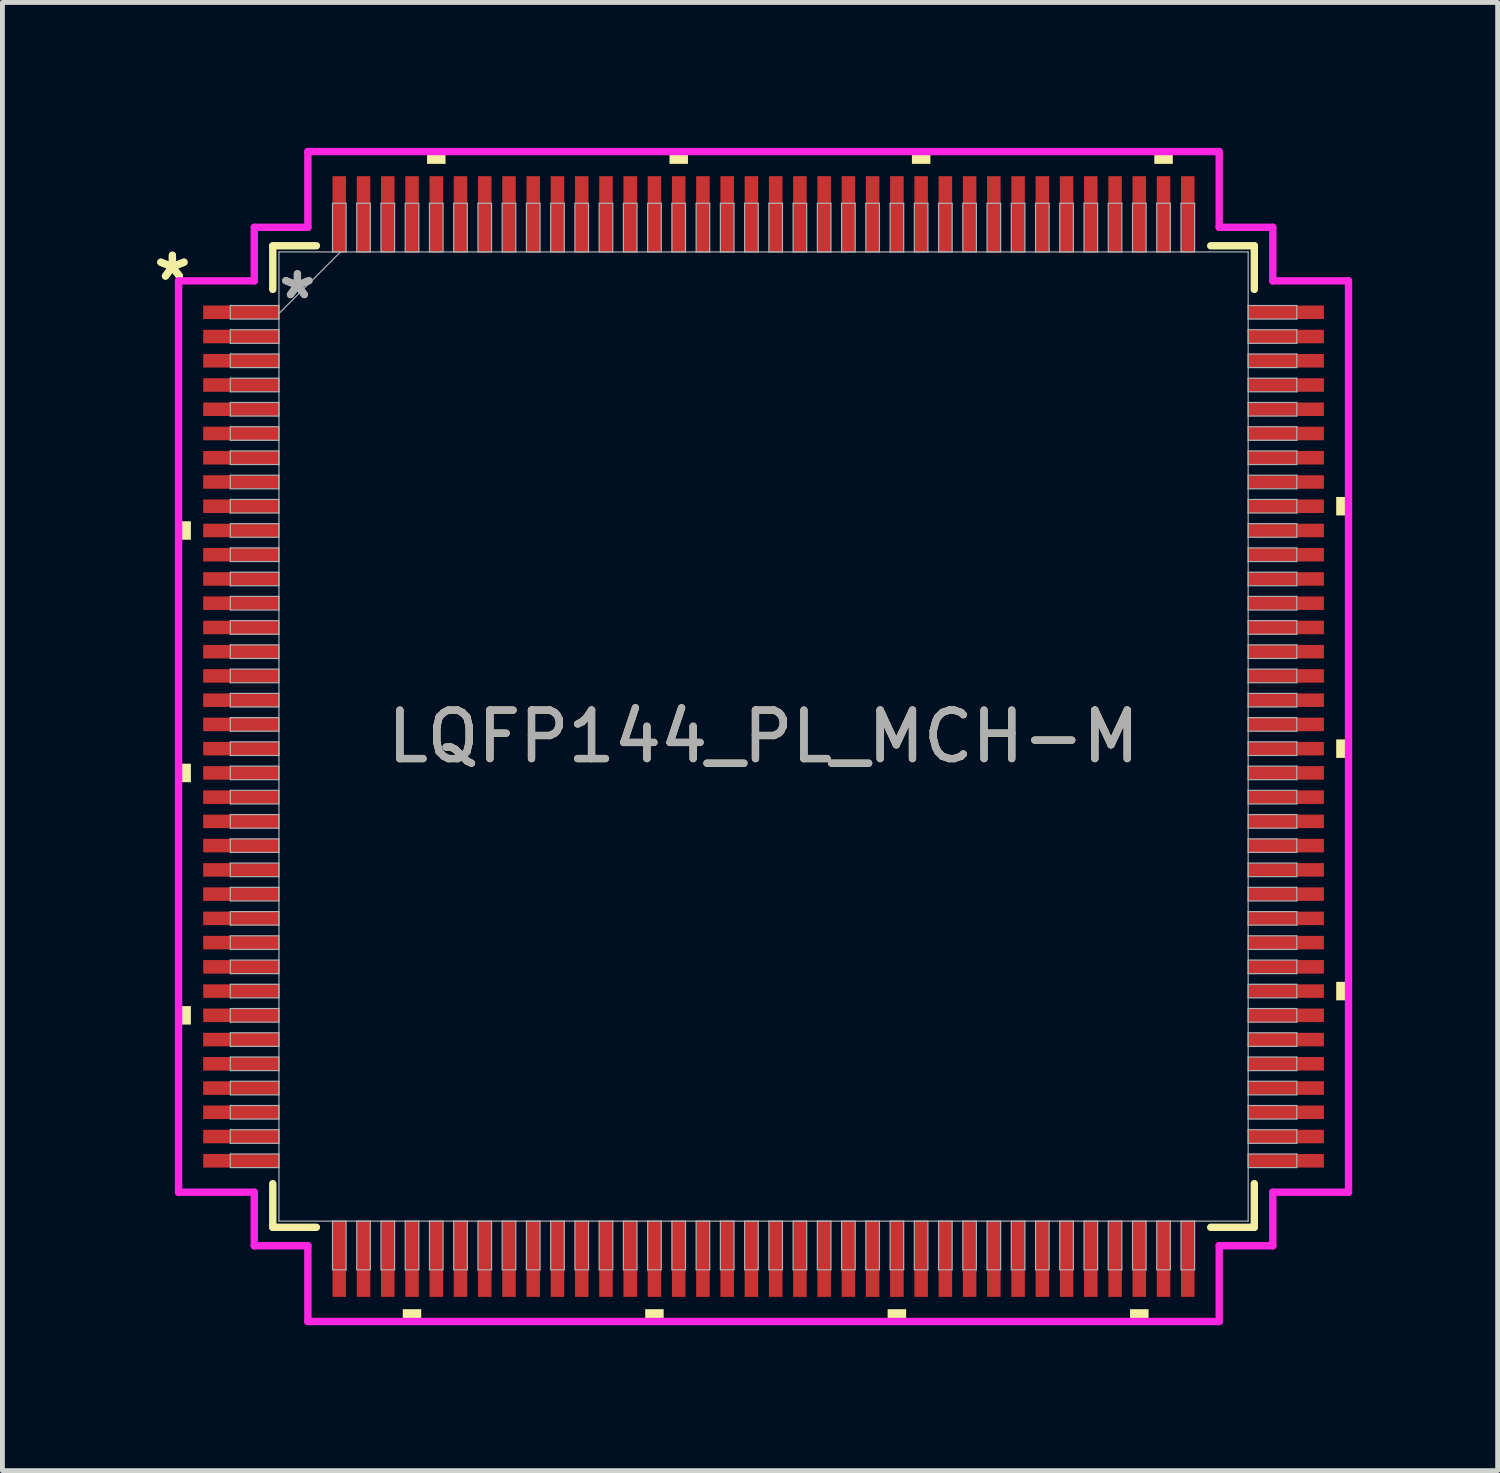
<source format=kicad_pcb>
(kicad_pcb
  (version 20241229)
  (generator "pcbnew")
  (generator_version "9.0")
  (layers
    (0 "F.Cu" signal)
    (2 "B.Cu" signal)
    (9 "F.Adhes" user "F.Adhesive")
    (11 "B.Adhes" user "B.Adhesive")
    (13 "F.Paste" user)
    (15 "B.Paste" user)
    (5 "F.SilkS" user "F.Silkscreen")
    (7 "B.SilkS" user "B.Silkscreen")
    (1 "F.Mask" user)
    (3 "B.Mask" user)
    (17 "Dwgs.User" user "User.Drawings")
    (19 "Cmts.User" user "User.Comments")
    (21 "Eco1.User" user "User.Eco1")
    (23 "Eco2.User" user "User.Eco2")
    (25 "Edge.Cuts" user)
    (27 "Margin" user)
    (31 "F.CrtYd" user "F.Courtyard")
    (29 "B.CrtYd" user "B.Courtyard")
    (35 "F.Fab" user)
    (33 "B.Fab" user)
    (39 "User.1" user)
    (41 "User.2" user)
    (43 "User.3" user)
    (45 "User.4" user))
  (footprint "LQFP144_PL_MCH-M"
    (layer "F.Cu")
    (at 12.698 12.141)
    (property "Reference" "LQFP144_PL_MCH-M" (at 0 0 0) (unlocked yes) (layer "F.SilkS") (effects (font (size 1 1) (thickness 0.15))))
    (attr smd)
    (fp_line (start -10.122 -10.122) (end -10.122 -9.222) (stroke (width 0.152) (type solid)) (layer "F.SilkS"))
    (fp_line (start -10.122 9.222) (end -10.122 10.122) (stroke (width 0.152) (type solid)) (layer "F.SilkS"))
    (fp_line (start -10.122 10.122) (end -9.222 10.122) (stroke (width 0.152) (type solid)) (layer "F.SilkS"))
    (fp_line (start -9.222 -10.122) (end -10.122 -10.122) (stroke (width 0.152) (type solid)) (layer "F.SilkS"))
    (fp_line (start 9.222 10.122) (end 10.122 10.122) (stroke (width 0.152) (type solid)) (layer "F.SilkS"))
    (fp_line (start 10.122 -10.122) (end 9.222 -10.122) (stroke (width 0.152) (type solid)) (layer "F.SilkS"))
    (fp_line (start 10.122 -9.222) (end 10.122 -10.122) (stroke (width 0.152) (type solid)) (layer "F.SilkS"))
    (fp_line (start 10.122 10.122) (end 10.122 9.222) (stroke (width 0.152) (type solid)) (layer "F.SilkS"))
    (fp_poly (pts (xy -12.065 -4.44) (xy -12.065 -4.059) (xy -11.811 -4.059) (xy -11.811 -4.44)) (stroke (width 0) (type solid)) (fill yes) (layer "F.SilkS"))
    (fp_poly (pts (xy -12.065 0.56) (xy -12.065 0.941) (xy -11.811 0.941) (xy -11.811 0.56)) (stroke (width 0) (type solid)) (fill yes) (layer "F.SilkS"))
    (fp_poly (pts (xy -12.065 5.56) (xy -12.065 5.941) (xy -11.811 5.941) (xy -11.811 5.56)) (stroke (width 0) (type solid)) (fill yes) (layer "F.SilkS"))
    (fp_poly (pts (xy -7.441 11.811) (xy -7.441 12.065) (xy -7.06 12.065) (xy -7.06 11.811)) (stroke (width 0) (type solid)) (fill yes) (layer "F.SilkS"))
    (fp_poly (pts (xy -6.94 -11.811) (xy -6.94 -12.065) (xy -6.559 -12.065) (xy -6.559 -11.811)) (stroke (width 0) (type solid)) (fill yes) (layer "F.SilkS"))
    (fp_poly (pts (xy -2.441 11.811) (xy -2.441 12.065) (xy -2.06 12.065) (xy -2.06 11.811)) (stroke (width 0) (type solid)) (fill yes) (layer "F.SilkS"))
    (fp_poly (pts (xy -1.94 -11.811) (xy -1.94 -12.065) (xy -1.559 -12.065) (xy -1.559 -11.811)) (stroke (width 0) (type solid)) (fill yes) (layer "F.SilkS"))
    (fp_poly (pts (xy 2.559 11.811) (xy 2.559 12.065) (xy 2.941 12.065) (xy 2.941 11.811)) (stroke (width 0) (type solid)) (fill yes) (layer "F.SilkS"))
    (fp_poly (pts (xy 3.06 -11.811) (xy 3.06 -12.065) (xy 3.441 -12.065) (xy 3.441 -11.811)) (stroke (width 0) (type solid)) (fill yes) (layer "F.SilkS"))
    (fp_poly (pts (xy 7.559 11.811) (xy 7.559 12.065) (xy 7.941 12.065) (xy 7.941 11.811)) (stroke (width 0) (type solid)) (fill yes) (layer "F.SilkS"))
    (fp_poly (pts (xy 8.06 -11.811) (xy 8.06 -12.065) (xy 8.441 -12.065) (xy 8.441 -11.811)) (stroke (width 0) (type solid)) (fill yes) (layer "F.SilkS"))
    (fp_poly (pts (xy 12.065 -4.941) (xy 12.065 -4.56) (xy 11.811 -4.56) (xy 11.811 -4.941)) (stroke (width 0) (type solid)) (fill yes) (layer "F.SilkS"))
    (fp_poly (pts (xy 12.065 0.059) (xy 12.065 0.441) (xy 11.811 0.441) (xy 11.811 0.059)) (stroke (width 0) (type solid)) (fill yes) (layer "F.SilkS"))
    (fp_poly (pts (xy 12.065 5.059) (xy 12.065 5.441) (xy 11.811 5.441) (xy 11.811 5.059)) (stroke (width 0) (type solid)) (fill yes) (layer "F.SilkS"))
    (fp_line (start -12.065 -9.398) (end -10.503 -9.398) (stroke (width 0.152) (type solid)) (layer "F.CrtYd"))
    (fp_line (start -12.065 9.398) (end -12.065 -9.398) (stroke (width 0.152) (type solid)) (layer "F.CrtYd"))
    (fp_line (start -10.503 -10.503) (end -9.398 -10.503) (stroke (width 0.152) (type solid)) (layer "F.CrtYd"))
    (fp_line (start -10.503 -9.398) (end -10.503 -10.503) (stroke (width 0.152) (type solid)) (layer "F.CrtYd"))
    (fp_line (start -10.503 9.398) (end -12.065 9.398) (stroke (width 0.152) (type solid)) (layer "F.CrtYd"))
    (fp_line (start -10.503 10.503) (end -10.503 9.398) (stroke (width 0.152) (type solid)) (layer "F.CrtYd"))
    (fp_line (start -10.503 10.503) (end -9.398 10.503) (stroke (width 0.152) (type solid)) (layer "F.CrtYd"))
    (fp_line (start -9.398 -12.065) (end 9.398 -12.065) (stroke (width 0.152) (type solid)) (layer "F.CrtYd"))
    (fp_line (start -9.398 -10.503) (end -9.398 -12.065) (stroke (width 0.152) (type solid)) (layer "F.CrtYd"))
    (fp_line (start -9.398 10.503) (end -9.398 12.065) (stroke (width 0.152) (type solid)) (layer "F.CrtYd"))
    (fp_line (start -9.398 12.065) (end 9.398 12.065) (stroke (width 0.152) (type solid)) (layer "F.CrtYd"))
    (fp_line (start 9.398 -12.065) (end 9.398 -10.503) (stroke (width 0.152) (type solid)) (layer "F.CrtYd"))
    (fp_line (start 9.398 -10.503) (end 10.503 -10.503) (stroke (width 0.152) (type solid)) (layer "F.CrtYd"))
    (fp_line (start 9.398 10.503) (end 10.503 10.503) (stroke (width 0.152) (type solid)) (layer "F.CrtYd"))
    (fp_line (start 9.398 12.065) (end 9.398 10.503) (stroke (width 0.152) (type solid)) (layer "F.CrtYd"))
    (fp_line (start 10.503 -9.398) (end 10.503 -10.503) (stroke (width 0.152) (type solid)) (layer "F.CrtYd"))
    (fp_line (start 10.503 9.398) (end 12.065 9.398) (stroke (width 0.152) (type solid)) (layer "F.CrtYd"))
    (fp_line (start 10.503 10.503) (end 10.503 9.398) (stroke (width 0.152) (type solid)) (layer "F.CrtYd"))
    (fp_line (start 12.065 -9.398) (end 10.503 -9.398) (stroke (width 0.152) (type solid)) (layer "F.CrtYd"))
    (fp_line (start 12.065 9.398) (end 12.065 -9.398) (stroke (width 0.152) (type solid)) (layer "F.CrtYd"))
    (fp_line (start -10.998 -8.89) (end -10.998 -8.61) (stroke (width 0.025) (type solid)) (layer "F.Fab"))
    (fp_line (start -10.998 -8.61) (end -9.995 -8.61) (stroke (width 0.025) (type solid)) (layer "F.Fab"))
    (fp_line (start -10.998 -8.39) (end -10.998 -8.11) (stroke (width 0.025) (type solid)) (layer "F.Fab"))
    (fp_line (start -10.998 -8.11) (end -9.995 -8.11) (stroke (width 0.025) (type solid)) (layer "F.Fab"))
    (fp_line (start -10.998 -7.89) (end -10.998 -7.61) (stroke (width 0.025) (type solid)) (layer "F.Fab"))
    (fp_line (start -10.998 -7.61) (end -9.995 -7.61) (stroke (width 0.025) (type solid)) (layer "F.Fab"))
    (fp_line (start -10.998 -7.39) (end -10.998 -7.11) (stroke (width 0.025) (type solid)) (layer "F.Fab"))
    (fp_line (start -10.998 -7.11) (end -9.995 -7.11) (stroke (width 0.025) (type solid)) (layer "F.Fab"))
    (fp_line (start -10.998 -6.89) (end -10.998 -6.61) (stroke (width 0.025) (type solid)) (layer "F.Fab"))
    (fp_line (start -10.998 -6.61) (end -9.995 -6.61) (stroke (width 0.025) (type solid)) (layer "F.Fab"))
    (fp_line (start -10.998 -6.39) (end -10.998 -6.11) (stroke (width 0.025) (type solid)) (layer "F.Fab"))
    (fp_line (start -10.998 -6.11) (end -9.995 -6.11) (stroke (width 0.025) (type solid)) (layer "F.Fab"))
    (fp_line (start -10.998 -5.89) (end -10.998 -5.61) (stroke (width 0.025) (type solid)) (layer "F.Fab"))
    (fp_line (start -10.998 -5.61) (end -9.995 -5.61) (stroke (width 0.025) (type solid)) (layer "F.Fab"))
    (fp_line (start -10.998 -5.39) (end -10.998 -5.11) (stroke (width 0.025) (type solid)) (layer "F.Fab"))
    (fp_line (start -10.998 -5.11) (end -9.995 -5.11) (stroke (width 0.025) (type solid)) (layer "F.Fab"))
    (fp_line (start -10.998 -4.89) (end -10.998 -4.61) (stroke (width 0.025) (type solid)) (layer "F.Fab"))
    (fp_line (start -10.998 -4.61) (end -9.995 -4.61) (stroke (width 0.025) (type solid)) (layer "F.Fab"))
    (fp_line (start -10.998 -4.39) (end -10.998 -4.11) (stroke (width 0.025) (type solid)) (layer "F.Fab"))
    (fp_line (start -10.998 -4.11) (end -9.995 -4.11) (stroke (width 0.025) (type solid)) (layer "F.Fab"))
    (fp_line (start -10.998 -3.89) (end -10.998 -3.61) (stroke (width 0.025) (type solid)) (layer "F.Fab"))
    (fp_line (start -10.998 -3.61) (end -9.995 -3.61) (stroke (width 0.025) (type solid)) (layer "F.Fab"))
    (fp_line (start -10.998 -3.39) (end -10.998 -3.11) (stroke (width 0.025) (type solid)) (layer "F.Fab"))
    (fp_line (start -10.998 -3.11) (end -9.995 -3.11) (stroke (width 0.025) (type solid)) (layer "F.Fab"))
    (fp_line (start -10.998 -2.89) (end -10.998 -2.61) (stroke (width 0.025) (type solid)) (layer "F.Fab"))
    (fp_line (start -10.998 -2.61) (end -9.995 -2.61) (stroke (width 0.025) (type solid)) (layer "F.Fab"))
    (fp_line (start -10.998 -2.39) (end -10.998 -2.11) (stroke (width 0.025) (type solid)) (layer "F.Fab"))
    (fp_line (start -10.998 -2.11) (end -9.995 -2.11) (stroke (width 0.025) (type solid)) (layer "F.Fab"))
    (fp_line (start -10.998 -1.89) (end -10.998 -1.61) (stroke (width 0.025) (type solid)) (layer "F.Fab"))
    (fp_line (start -10.998 -1.61) (end -9.995 -1.61) (stroke (width 0.025) (type solid)) (layer "F.Fab"))
    (fp_line (start -10.998 -1.39) (end -10.998 -1.11) (stroke (width 0.025) (type solid)) (layer "F.Fab"))
    (fp_line (start -10.998 -1.11) (end -9.995 -1.11) (stroke (width 0.025) (type solid)) (layer "F.Fab"))
    (fp_line (start -10.998 -0.89) (end -10.998 -0.61) (stroke (width 0.025) (type solid)) (layer "F.Fab"))
    (fp_line (start -10.998 -0.61) (end -9.995 -0.61) (stroke (width 0.025) (type solid)) (layer "F.Fab"))
    (fp_line (start -10.998 -0.39) (end -10.998 -0.11) (stroke (width 0.025) (type solid)) (layer "F.Fab"))
    (fp_line (start -10.998 -0.11) (end -9.995 -0.11) (stroke (width 0.025) (type solid)) (layer "F.Fab"))
    (fp_line (start -10.998 0.11) (end -10.998 0.39) (stroke (width 0.025) (type solid)) (layer "F.Fab"))
    (fp_line (start -10.998 0.39) (end -9.995 0.39) (stroke (width 0.025) (type solid)) (layer "F.Fab"))
    (fp_line (start -10.998 0.61) (end -10.998 0.89) (stroke (width 0.025) (type solid)) (layer "F.Fab"))
    (fp_line (start -10.998 0.89) (end -9.995 0.89) (stroke (width 0.025) (type solid)) (layer "F.Fab"))
    (fp_line (start -10.998 1.11) (end -10.998 1.39) (stroke (width 0.025) (type solid)) (layer "F.Fab"))
    (fp_line (start -10.998 1.39) (end -9.995 1.39) (stroke (width 0.025) (type solid)) (layer "F.Fab"))
    (fp_line (start -10.998 1.61) (end -10.998 1.89) (stroke (width 0.025) (type solid)) (layer "F.Fab"))
    (fp_line (start -10.998 1.89) (end -9.995 1.89) (stroke (width 0.025) (type solid)) (layer "F.Fab"))
    (fp_line (start -10.998 2.11) (end -10.998 2.39) (stroke (width 0.025) (type solid)) (layer "F.Fab"))
    (fp_line (start -10.998 2.39) (end -9.995 2.39) (stroke (width 0.025) (type solid)) (layer "F.Fab"))
    (fp_line (start -10.998 2.61) (end -10.998 2.89) (stroke (width 0.025) (type solid)) (layer "F.Fab"))
    (fp_line (start -10.998 2.89) (end -9.995 2.89) (stroke (width 0.025) (type solid)) (layer "F.Fab"))
    (fp_line (start -10.998 3.11) (end -10.998 3.39) (stroke (width 0.025) (type solid)) (layer "F.Fab"))
    (fp_line (start -10.998 3.39) (end -9.995 3.39) (stroke (width 0.025) (type solid)) (layer "F.Fab"))
    (fp_line (start -10.998 3.61) (end -10.998 3.89) (stroke (width 0.025) (type solid)) (layer "F.Fab"))
    (fp_line (start -10.998 3.89) (end -9.995 3.89) (stroke (width 0.025) (type solid)) (layer "F.Fab"))
    (fp_line (start -10.998 4.11) (end -10.998 4.39) (stroke (width 0.025) (type solid)) (layer "F.Fab"))
    (fp_line (start -10.998 4.39) (end -9.995 4.39) (stroke (width 0.025) (type solid)) (layer "F.Fab"))
    (fp_line (start -10.998 4.61) (end -10.998 4.89) (stroke (width 0.025) (type solid)) (layer "F.Fab"))
    (fp_line (start -10.998 4.89) (end -9.995 4.89) (stroke (width 0.025) (type solid)) (layer "F.Fab"))
    (fp_line (start -10.998 5.11) (end -10.998 5.39) (stroke (width 0.025) (type solid)) (layer "F.Fab"))
    (fp_line (start -10.998 5.39) (end -9.995 5.39) (stroke (width 0.025) (type solid)) (layer "F.Fab"))
    (fp_line (start -10.998 5.61) (end -10.998 5.89) (stroke (width 0.025) (type solid)) (layer "F.Fab"))
    (fp_line (start -10.998 5.89) (end -9.995 5.89) (stroke (width 0.025) (type solid)) (layer "F.Fab"))
    (fp_line (start -10.998 6.11) (end -10.998 6.39) (stroke (width 0.025) (type solid)) (layer "F.Fab"))
    (fp_line (start -10.998 6.39) (end -9.995 6.39) (stroke (width 0.025) (type solid)) (layer "F.Fab"))
    (fp_line (start -10.998 6.61) (end -10.998 6.89) (stroke (width 0.025) (type solid)) (layer "F.Fab"))
    (fp_line (start -10.998 6.89) (end -9.995 6.89) (stroke (width 0.025) (type solid)) (layer "F.Fab"))
    (fp_line (start -10.998 7.11) (end -10.998 7.39) (stroke (width 0.025) (type solid)) (layer "F.Fab"))
    (fp_line (start -10.998 7.39) (end -9.995 7.39) (stroke (width 0.025) (type solid)) (layer "F.Fab"))
    (fp_line (start -10.998 7.61) (end -10.998 7.89) (stroke (width 0.025) (type solid)) (layer "F.Fab"))
    (fp_line (start -10.998 7.89) (end -9.995 7.89) (stroke (width 0.025) (type solid)) (layer "F.Fab"))
    (fp_line (start -10.998 8.11) (end -10.998 8.39) (stroke (width 0.025) (type solid)) (layer "F.Fab"))
    (fp_line (start -10.998 8.39) (end -9.995 8.39) (stroke (width 0.025) (type solid)) (layer "F.Fab"))
    (fp_line (start -10.998 8.61) (end -10.998 8.89) (stroke (width 0.025) (type solid)) (layer "F.Fab"))
    (fp_line (start -10.998 8.89) (end -9.995 8.89) (stroke (width 0.025) (type solid)) (layer "F.Fab"))
    (fp_line (start -9.995 -9.995) (end -9.995 9.995) (stroke (width 0.025) (type solid)) (layer "F.Fab"))
    (fp_line (start -9.995 -8.89) (end -10.998 -8.89) (stroke (width 0.025) (type solid)) (layer "F.Fab"))
    (fp_line (start -9.995 -8.725) (end -8.725 -9.995) (stroke (width 0.025) (type solid)) (layer "F.Fab"))
    (fp_line (start -9.995 -8.61) (end -9.995 -8.89) (stroke (width 0.025) (type solid)) (layer "F.Fab"))
    (fp_line (start -9.995 -8.39) (end -10.998 -8.39) (stroke (width 0.025) (type solid)) (layer "F.Fab"))
    (fp_line (start -9.995 -8.11) (end -9.995 -8.39) (stroke (width 0.025) (type solid)) (layer "F.Fab"))
    (fp_line (start -9.995 -7.89) (end -10.998 -7.89) (stroke (width 0.025) (type solid)) (layer "F.Fab"))
    (fp_line (start -9.995 -7.61) (end -9.995 -7.89) (stroke (width 0.025) (type solid)) (layer "F.Fab"))
    (fp_line (start -9.995 -7.39) (end -10.998 -7.39) (stroke (width 0.025) (type solid)) (layer "F.Fab"))
    (fp_line (start -9.995 -7.11) (end -9.995 -7.39) (stroke (width 0.025) (type solid)) (layer "F.Fab"))
    (fp_line (start -9.995 -6.89) (end -10.998 -6.89) (stroke (width 0.025) (type solid)) (layer "F.Fab"))
    (fp_line (start -9.995 -6.61) (end -9.995 -6.89) (stroke (width 0.025) (type solid)) (layer "F.Fab"))
    (fp_line (start -9.995 -6.39) (end -10.998 -6.39) (stroke (width 0.025) (type solid)) (layer "F.Fab"))
    (fp_line (start -9.995 -6.11) (end -9.995 -6.39) (stroke (width 0.025) (type solid)) (layer "F.Fab"))
    (fp_line (start -9.995 -5.89) (end -10.998 -5.89) (stroke (width 0.025) (type solid)) (layer "F.Fab"))
    (fp_line (start -9.995 -5.61) (end -9.995 -5.89) (stroke (width 0.025) (type solid)) (layer "F.Fab"))
    (fp_line (start -9.995 -5.39) (end -10.998 -5.39) (stroke (width 0.025) (type solid)) (layer "F.Fab"))
    (fp_line (start -9.995 -5.11) (end -9.995 -5.39) (stroke (width 0.025) (type solid)) (layer "F.Fab"))
    (fp_line (start -9.995 -4.89) (end -10.998 -4.89) (stroke (width 0.025) (type solid)) (layer "F.Fab"))
    (fp_line (start -9.995 -4.61) (end -9.995 -4.89) (stroke (width 0.025) (type solid)) (layer "F.Fab"))
    (fp_line (start -9.995 -4.39) (end -10.998 -4.39) (stroke (width 0.025) (type solid)) (layer "F.Fab"))
    (fp_line (start -9.995 -4.11) (end -9.995 -4.39) (stroke (width 0.025) (type solid)) (layer "F.Fab"))
    (fp_line (start -9.995 -3.89) (end -10.998 -3.89) (stroke (width 0.025) (type solid)) (layer "F.Fab"))
    (fp_line (start -9.995 -3.61) (end -9.995 -3.89) (stroke (width 0.025) (type solid)) (layer "F.Fab"))
    (fp_line (start -9.995 -3.39) (end -10.998 -3.39) (stroke (width 0.025) (type solid)) (layer "F.Fab"))
    (fp_line (start -9.995 -3.11) (end -9.995 -3.39) (stroke (width 0.025) (type solid)) (layer "F.Fab"))
    (fp_line (start -9.995 -2.89) (end -10.998 -2.89) (stroke (width 0.025) (type solid)) (layer "F.Fab"))
    (fp_line (start -9.995 -2.61) (end -9.995 -2.89) (stroke (width 0.025) (type solid)) (layer "F.Fab"))
    (fp_line (start -9.995 -2.39) (end -10.998 -2.39) (stroke (width 0.025) (type solid)) (layer "F.Fab"))
    (fp_line (start -9.995 -2.11) (end -9.995 -2.39) (stroke (width 0.025) (type solid)) (layer "F.Fab"))
    (fp_line (start -9.995 -1.89) (end -10.998 -1.89) (stroke (width 0.025) (type solid)) (layer "F.Fab"))
    (fp_line (start -9.995 -1.61) (end -9.995 -1.89) (stroke (width 0.025) (type solid)) (layer "F.Fab"))
    (fp_line (start -9.995 -1.39) (end -10.998 -1.39) (stroke (width 0.025) (type solid)) (layer "F.Fab"))
    (fp_line (start -9.995 -1.11) (end -9.995 -1.39) (stroke (width 0.025) (type solid)) (layer "F.Fab"))
    (fp_line (start -9.995 -0.89) (end -10.998 -0.89) (stroke (width 0.025) (type solid)) (layer "F.Fab"))
    (fp_line (start -9.995 -0.61) (end -9.995 -0.89) (stroke (width 0.025) (type solid)) (layer "F.Fab"))
    (fp_line (start -9.995 -0.39) (end -10.998 -0.39) (stroke (width 0.025) (type solid)) (layer "F.Fab"))
    (fp_line (start -9.995 -0.11) (end -9.995 -0.39) (stroke (width 0.025) (type solid)) (layer "F.Fab"))
    (fp_line (start -9.995 0.11) (end -10.998 0.11) (stroke (width 0.025) (type solid)) (layer "F.Fab"))
    (fp_line (start -9.995 0.39) (end -9.995 0.11) (stroke (width 0.025) (type solid)) (layer "F.Fab"))
    (fp_line (start -9.995 0.61) (end -10.998 0.61) (stroke (width 0.025) (type solid)) (layer "F.Fab"))
    (fp_line (start -9.995 0.89) (end -9.995 0.61) (stroke (width 0.025) (type solid)) (layer "F.Fab"))
    (fp_line (start -9.995 1.11) (end -10.998 1.11) (stroke (width 0.025) (type solid)) (layer "F.Fab"))
    (fp_line (start -9.995 1.39) (end -9.995 1.11) (stroke (width 0.025) (type solid)) (layer "F.Fab"))
    (fp_line (start -9.995 1.61) (end -10.998 1.61) (stroke (width 0.025) (type solid)) (layer "F.Fab"))
    (fp_line (start -9.995 1.89) (end -9.995 1.61) (stroke (width 0.025) (type solid)) (layer "F.Fab"))
    (fp_line (start -9.995 2.11) (end -10.998 2.11) (stroke (width 0.025) (type solid)) (layer "F.Fab"))
    (fp_line (start -9.995 2.39) (end -9.995 2.11) (stroke (width 0.025) (type solid)) (layer "F.Fab"))
    (fp_line (start -9.995 2.61) (end -10.998 2.61) (stroke (width 0.025) (type solid)) (layer "F.Fab"))
    (fp_line (start -9.995 2.89) (end -9.995 2.61) (stroke (width 0.025) (type solid)) (layer "F.Fab"))
    (fp_line (start -9.995 3.11) (end -10.998 3.11) (stroke (width 0.025) (type solid)) (layer "F.Fab"))
    (fp_line (start -9.995 3.39) (end -9.995 3.11) (stroke (width 0.025) (type solid)) (layer "F.Fab"))
    (fp_line (start -9.995 3.61) (end -10.998 3.61) (stroke (width 0.025) (type solid)) (layer "F.Fab"))
    (fp_line (start -9.995 3.89) (end -9.995 3.61) (stroke (width 0.025) (type solid)) (layer "F.Fab"))
    (fp_line (start -9.995 4.11) (end -10.998 4.11) (stroke (width 0.025) (type solid)) (layer "F.Fab"))
    (fp_line (start -9.995 4.39) (end -9.995 4.11) (stroke (width 0.025) (type solid)) (layer "F.Fab"))
    (fp_line (start -9.995 4.61) (end -10.998 4.61) (stroke (width 0.025) (type solid)) (layer "F.Fab"))
    (fp_line (start -9.995 4.89) (end -9.995 4.61) (stroke (width 0.025) (type solid)) (layer "F.Fab"))
    (fp_line (start -9.995 5.11) (end -10.998 5.11) (stroke (width 0.025) (type solid)) (layer "F.Fab"))
    (fp_line (start -9.995 5.39) (end -9.995 5.11) (stroke (width 0.025) (type solid)) (layer "F.Fab"))
    (fp_line (start -9.995 5.61) (end -10.998 5.61) (stroke (width 0.025) (type solid)) (layer "F.Fab"))
    (fp_line (start -9.995 5.89) (end -9.995 5.61) (stroke (width 0.025) (type solid)) (layer "F.Fab"))
    (fp_line (start -9.995 6.11) (end -10.998 6.11) (stroke (width 0.025) (type solid)) (layer "F.Fab"))
    (fp_line (start -9.995 6.39) (end -9.995 6.11) (stroke (width 0.025) (type solid)) (layer "F.Fab"))
    (fp_line (start -9.995 6.61) (end -10.998 6.61) (stroke (width 0.025) (type solid)) (layer "F.Fab"))
    (fp_line (start -9.995 6.89) (end -9.995 6.61) (stroke (width 0.025) (type solid)) (layer "F.Fab"))
    (fp_line (start -9.995 7.11) (end -10.998 7.11) (stroke (width 0.025) (type solid)) (layer "F.Fab"))
    (fp_line (start -9.995 7.39) (end -9.995 7.11) (stroke (width 0.025) (type solid)) (layer "F.Fab"))
    (fp_line (start -9.995 7.61) (end -10.998 7.61) (stroke (width 0.025) (type solid)) (layer "F.Fab"))
    (fp_line (start -9.995 7.89) (end -9.995 7.61) (stroke (width 0.025) (type solid)) (layer "F.Fab"))
    (fp_line (start -9.995 8.11) (end -10.998 8.11) (stroke (width 0.025) (type solid)) (layer "F.Fab"))
    (fp_line (start -9.995 8.39) (end -9.995 8.11) (stroke (width 0.025) (type solid)) (layer "F.Fab"))
    (fp_line (start -9.995 8.61) (end -10.998 8.61) (stroke (width 0.025) (type solid)) (layer "F.Fab"))
    (fp_line (start -9.995 8.89) (end -9.995 8.61) (stroke (width 0.025) (type solid)) (layer "F.Fab"))
    (fp_line (start -9.995 9.995) (end 9.995 9.995) (stroke (width 0.025) (type solid)) (layer "F.Fab"))
    (fp_line (start -8.89 -10.998) (end -8.89 -9.995) (stroke (width 0.025) (type solid)) (layer "F.Fab"))
    (fp_line (start -8.89 -9.995) (end -8.61 -9.995) (stroke (width 0.025) (type solid)) (layer "F.Fab"))
    (fp_line (start -8.89 9.995) (end -8.89 10.998) (stroke (width 0.025) (type solid)) (layer "F.Fab"))
    (fp_line (start -8.89 10.998) (end -8.61 10.998) (stroke (width 0.025) (type solid)) (layer "F.Fab"))
    (fp_line (start -8.61 -10.998) (end -8.89 -10.998) (stroke (width 0.025) (type solid)) (layer "F.Fab"))
    (fp_line (start -8.61 -9.995) (end -8.61 -10.998) (stroke (width 0.025) (type solid)) (layer "F.Fab"))
    (fp_line (start -8.61 9.995) (end -8.89 9.995) (stroke (width 0.025) (type solid)) (layer "F.Fab"))
    (fp_line (start -8.61 10.998) (end -8.61 9.995) (stroke (width 0.025) (type solid)) (layer "F.Fab"))
    (fp_line (start -8.39 -10.998) (end -8.39 -9.995) (stroke (width 0.025) (type solid)) (layer "F.Fab"))
    (fp_line (start -8.39 -9.995) (end -8.11 -9.995) (stroke (width 0.025) (type solid)) (layer "F.Fab"))
    (fp_line (start -8.39 9.995) (end -8.39 10.998) (stroke (width 0.025) (type solid)) (layer "F.Fab"))
    (fp_line (start -8.39 10.998) (end -8.11 10.998) (stroke (width 0.025) (type solid)) (layer "F.Fab"))
    (fp_line (start -8.11 -10.998) (end -8.39 -10.998) (stroke (width 0.025) (type solid)) (layer "F.Fab"))
    (fp_line (start -8.11 -9.995) (end -8.11 -10.998) (stroke (width 0.025) (type solid)) (layer "F.Fab"))
    (fp_line (start -8.11 9.995) (end -8.39 9.995) (stroke (width 0.025) (type solid)) (layer "F.Fab"))
    (fp_line (start -8.11 10.998) (end -8.11 9.995) (stroke (width 0.025) (type solid)) (layer "F.Fab"))
    (fp_line (start -7.89 -10.998) (end -7.89 -9.995) (stroke (width 0.025) (type solid)) (layer "F.Fab"))
    (fp_line (start -7.89 -9.995) (end -7.61 -9.995) (stroke (width 0.025) (type solid)) (layer "F.Fab"))
    (fp_line (start -7.89 9.995) (end -7.89 10.998) (stroke (width 0.025) (type solid)) (layer "F.Fab"))
    (fp_line (start -7.89 10.998) (end -7.61 10.998) (stroke (width 0.025) (type solid)) (layer "F.Fab"))
    (fp_line (start -7.61 -10.998) (end -7.89 -10.998) (stroke (width 0.025) (type solid)) (layer "F.Fab"))
    (fp_line (start -7.61 -9.995) (end -7.61 -10.998) (stroke (width 0.025) (type solid)) (layer "F.Fab"))
    (fp_line (start -7.61 9.995) (end -7.89 9.995) (stroke (width 0.025) (type solid)) (layer "F.Fab"))
    (fp_line (start -7.61 10.998) (end -7.61 9.995) (stroke (width 0.025) (type solid)) (layer "F.Fab"))
    (fp_line (start -7.39 -10.998) (end -7.39 -9.995) (stroke (width 0.025) (type solid)) (layer "F.Fab"))
    (fp_line (start -7.39 -9.995) (end -7.11 -9.995) (stroke (width 0.025) (type solid)) (layer "F.Fab"))
    (fp_line (start -7.39 9.995) (end -7.39 10.998) (stroke (width 0.025) (type solid)) (layer "F.Fab"))
    (fp_line (start -7.39 10.998) (end -7.11 10.998) (stroke (width 0.025) (type solid)) (layer "F.Fab"))
    (fp_line (start -7.11 -10.998) (end -7.39 -10.998) (stroke (width 0.025) (type solid)) (layer "F.Fab"))
    (fp_line (start -7.11 -9.995) (end -7.11 -10.998) (stroke (width 0.025) (type solid)) (layer "F.Fab"))
    (fp_line (start -7.11 9.995) (end -7.39 9.995) (stroke (width 0.025) (type solid)) (layer "F.Fab"))
    (fp_line (start -7.11 10.998) (end -7.11 9.995) (stroke (width 0.025) (type solid)) (layer "F.Fab"))
    (fp_line (start -6.89 -10.998) (end -6.89 -9.995) (stroke (width 0.025) (type solid)) (layer "F.Fab"))
    (fp_line (start -6.89 -9.995) (end -6.61 -9.995) (stroke (width 0.025) (type solid)) (layer "F.Fab"))
    (fp_line (start -6.89 9.995) (end -6.89 10.998) (stroke (width 0.025) (type solid)) (layer "F.Fab"))
    (fp_line (start -6.89 10.998) (end -6.61 10.998) (stroke (width 0.025) (type solid)) (layer "F.Fab"))
    (fp_line (start -6.61 -10.998) (end -6.89 -10.998) (stroke (width 0.025) (type solid)) (layer "F.Fab"))
    (fp_line (start -6.61 -9.995) (end -6.61 -10.998) (stroke (width 0.025) (type solid)) (layer "F.Fab"))
    (fp_line (start -6.61 9.995) (end -6.89 9.995) (stroke (width 0.025) (type solid)) (layer "F.Fab"))
    (fp_line (start -6.61 10.998) (end -6.61 9.995) (stroke (width 0.025) (type solid)) (layer "F.Fab"))
    (fp_line (start -6.39 -10.998) (end -6.39 -9.995) (stroke (width 0.025) (type solid)) (layer "F.Fab"))
    (fp_line (start -6.39 -9.995) (end -6.11 -9.995) (stroke (width 0.025) (type solid)) (layer "F.Fab"))
    (fp_line (start -6.39 9.995) (end -6.39 10.998) (stroke (width 0.025) (type solid)) (layer "F.Fab"))
    (fp_line (start -6.39 10.998) (end -6.11 10.998) (stroke (width 0.025) (type solid)) (layer "F.Fab"))
    (fp_line (start -6.11 -10.998) (end -6.39 -10.998) (stroke (width 0.025) (type solid)) (layer "F.Fab"))
    (fp_line (start -6.11 -9.995) (end -6.11 -10.998) (stroke (width 0.025) (type solid)) (layer "F.Fab"))
    (fp_line (start -6.11 9.995) (end -6.39 9.995) (stroke (width 0.025) (type solid)) (layer "F.Fab"))
    (fp_line (start -6.11 10.998) (end -6.11 9.995) (stroke (width 0.025) (type solid)) (layer "F.Fab"))
    (fp_line (start -5.89 -10.998) (end -5.89 -9.995) (stroke (width 0.025) (type solid)) (layer "F.Fab"))
    (fp_line (start -5.89 -9.995) (end -5.61 -9.995) (stroke (width 0.025) (type solid)) (layer "F.Fab"))
    (fp_line (start -5.89 9.995) (end -5.89 10.998) (stroke (width 0.025) (type solid)) (layer "F.Fab"))
    (fp_line (start -5.89 10.998) (end -5.61 10.998) (stroke (width 0.025) (type solid)) (layer "F.Fab"))
    (fp_line (start -5.61 -10.998) (end -5.89 -10.998) (stroke (width 0.025) (type solid)) (layer "F.Fab"))
    (fp_line (start -5.61 -9.995) (end -5.61 -10.998) (stroke (width 0.025) (type solid)) (layer "F.Fab"))
    (fp_line (start -5.61 9.995) (end -5.89 9.995) (stroke (width 0.025) (type solid)) (layer "F.Fab"))
    (fp_line (start -5.61 10.998) (end -5.61 9.995) (stroke (width 0.025) (type solid)) (layer "F.Fab"))
    (fp_line (start -5.39 -10.998) (end -5.39 -9.995) (stroke (width 0.025) (type solid)) (layer "F.Fab"))
    (fp_line (start -5.39 -9.995) (end -5.11 -9.995) (stroke (width 0.025) (type solid)) (layer "F.Fab"))
    (fp_line (start -5.39 9.995) (end -5.39 10.998) (stroke (width 0.025) (type solid)) (layer "F.Fab"))
    (fp_line (start -5.39 10.998) (end -5.11 10.998) (stroke (width 0.025) (type solid)) (layer "F.Fab"))
    (fp_line (start -5.11 -10.998) (end -5.39 -10.998) (stroke (width 0.025) (type solid)) (layer "F.Fab"))
    (fp_line (start -5.11 -9.995) (end -5.11 -10.998) (stroke (width 0.025) (type solid)) (layer "F.Fab"))
    (fp_line (start -5.11 9.995) (end -5.39 9.995) (stroke (width 0.025) (type solid)) (layer "F.Fab"))
    (fp_line (start -5.11 10.998) (end -5.11 9.995) (stroke (width 0.025) (type solid)) (layer "F.Fab"))
    (fp_line (start -4.89 -10.998) (end -4.89 -9.995) (stroke (width 0.025) (type solid)) (layer "F.Fab"))
    (fp_line (start -4.89 -9.995) (end -4.61 -9.995) (stroke (width 0.025) (type solid)) (layer "F.Fab"))
    (fp_line (start -4.89 9.995) (end -4.89 10.998) (stroke (width 0.025) (type solid)) (layer "F.Fab"))
    (fp_line (start -4.89 10.998) (end -4.61 10.998) (stroke (width 0.025) (type solid)) (layer "F.Fab"))
    (fp_line (start -4.61 -10.998) (end -4.89 -10.998) (stroke (width 0.025) (type solid)) (layer "F.Fab"))
    (fp_line (start -4.61 -9.995) (end -4.61 -10.998) (stroke (width 0.025) (type solid)) (layer "F.Fab"))
    (fp_line (start -4.61 9.995) (end -4.89 9.995) (stroke (width 0.025) (type solid)) (layer "F.Fab"))
    (fp_line (start -4.61 10.998) (end -4.61 9.995) (stroke (width 0.025) (type solid)) (layer "F.Fab"))
    (fp_line (start -4.39 -10.998) (end -4.39 -9.995) (stroke (width 0.025) (type solid)) (layer "F.Fab"))
    (fp_line (start -4.39 -9.995) (end -4.11 -9.995) (stroke (width 0.025) (type solid)) (layer "F.Fab"))
    (fp_line (start -4.39 9.995) (end -4.39 10.998) (stroke (width 0.025) (type solid)) (layer "F.Fab"))
    (fp_line (start -4.39 10.998) (end -4.11 10.998) (stroke (width 0.025) (type solid)) (layer "F.Fab"))
    (fp_line (start -4.11 -10.998) (end -4.39 -10.998) (stroke (width 0.025) (type solid)) (layer "F.Fab"))
    (fp_line (start -4.11 -9.995) (end -4.11 -10.998) (stroke (width 0.025) (type solid)) (layer "F.Fab"))
    (fp_line (start -4.11 9.995) (end -4.39 9.995) (stroke (width 0.025) (type solid)) (layer "F.Fab"))
    (fp_line (start -4.11 10.998) (end -4.11 9.995) (stroke (width 0.025) (type solid)) (layer "F.Fab"))
    (fp_line (start -3.89 -10.998) (end -3.89 -9.995) (stroke (width 0.025) (type solid)) (layer "F.Fab"))
    (fp_line (start -3.89 -9.995) (end -3.61 -9.995) (stroke (width 0.025) (type solid)) (layer "F.Fab"))
    (fp_line (start -3.89 9.995) (end -3.89 10.998) (stroke (width 0.025) (type solid)) (layer "F.Fab"))
    (fp_line (start -3.89 10.998) (end -3.61 10.998) (stroke (width 0.025) (type solid)) (layer "F.Fab"))
    (fp_line (start -3.61 -10.998) (end -3.89 -10.998) (stroke (width 0.025) (type solid)) (layer "F.Fab"))
    (fp_line (start -3.61 -9.995) (end -3.61 -10.998) (stroke (width 0.025) (type solid)) (layer "F.Fab"))
    (fp_line (start -3.61 9.995) (end -3.89 9.995) (stroke (width 0.025) (type solid)) (layer "F.Fab"))
    (fp_line (start -3.61 10.998) (end -3.61 9.995) (stroke (width 0.025) (type solid)) (layer "F.Fab"))
    (fp_line (start -3.39 -10.998) (end -3.39 -9.995) (stroke (width 0.025) (type solid)) (layer "F.Fab"))
    (fp_line (start -3.39 -9.995) (end -3.11 -9.995) (stroke (width 0.025) (type solid)) (layer "F.Fab"))
    (fp_line (start -3.39 9.995) (end -3.39 10.998) (stroke (width 0.025) (type solid)) (layer "F.Fab"))
    (fp_line (start -3.39 10.998) (end -3.11 10.998) (stroke (width 0.025) (type solid)) (layer "F.Fab"))
    (fp_line (start -3.11 -10.998) (end -3.39 -10.998) (stroke (width 0.025) (type solid)) (layer "F.Fab"))
    (fp_line (start -3.11 -9.995) (end -3.11 -10.998) (stroke (width 0.025) (type solid)) (layer "F.Fab"))
    (fp_line (start -3.11 9.995) (end -3.39 9.995) (stroke (width 0.025) (type solid)) (layer "F.Fab"))
    (fp_line (start -3.11 10.998) (end -3.11 9.995) (stroke (width 0.025) (type solid)) (layer "F.Fab"))
    (fp_line (start -2.89 -10.998) (end -2.89 -9.995) (stroke (width 0.025) (type solid)) (layer "F.Fab"))
    (fp_line (start -2.89 -9.995) (end -2.61 -9.995) (stroke (width 0.025) (type solid)) (layer "F.Fab"))
    (fp_line (start -2.89 9.995) (end -2.89 10.998) (stroke (width 0.025) (type solid)) (layer "F.Fab"))
    (fp_line (start -2.89 10.998) (end -2.61 10.998) (stroke (width 0.025) (type solid)) (layer "F.Fab"))
    (fp_line (start -2.61 -10.998) (end -2.89 -10.998) (stroke (width 0.025) (type solid)) (layer "F.Fab"))
    (fp_line (start -2.61 -9.995) (end -2.61 -10.998) (stroke (width 0.025) (type solid)) (layer "F.Fab"))
    (fp_line (start -2.61 9.995) (end -2.89 9.995) (stroke (width 0.025) (type solid)) (layer "F.Fab"))
    (fp_line (start -2.61 10.998) (end -2.61 9.995) (stroke (width 0.025) (type solid)) (layer "F.Fab"))
    (fp_line (start -2.39 -10.998) (end -2.39 -9.995) (stroke (width 0.025) (type solid)) (layer "F.Fab"))
    (fp_line (start -2.39 -9.995) (end -2.11 -9.995) (stroke (width 0.025) (type solid)) (layer "F.Fab"))
    (fp_line (start -2.39 9.995) (end -2.39 10.998) (stroke (width 0.025) (type solid)) (layer "F.Fab"))
    (fp_line (start -2.39 10.998) (end -2.11 10.998) (stroke (width 0.025) (type solid)) (layer "F.Fab"))
    (fp_line (start -2.11 -10.998) (end -2.39 -10.998) (stroke (width 0.025) (type solid)) (layer "F.Fab"))
    (fp_line (start -2.11 -9.995) (end -2.11 -10.998) (stroke (width 0.025) (type solid)) (layer "F.Fab"))
    (fp_line (start -2.11 9.995) (end -2.39 9.995) (stroke (width 0.025) (type solid)) (layer "F.Fab"))
    (fp_line (start -2.11 10.998) (end -2.11 9.995) (stroke (width 0.025) (type solid)) (layer "F.Fab"))
    (fp_line (start -1.89 -10.998) (end -1.89 -9.995) (stroke (width 0.025) (type solid)) (layer "F.Fab"))
    (fp_line (start -1.89 -9.995) (end -1.61 -9.995) (stroke (width 0.025) (type solid)) (layer "F.Fab"))
    (fp_line (start -1.89 9.995) (end -1.89 10.998) (stroke (width 0.025) (type solid)) (layer "F.Fab"))
    (fp_line (start -1.89 10.998) (end -1.61 10.998) (stroke (width 0.025) (type solid)) (layer "F.Fab"))
    (fp_line (start -1.61 -10.998) (end -1.89 -10.998) (stroke (width 0.025) (type solid)) (layer "F.Fab"))
    (fp_line (start -1.61 -9.995) (end -1.61 -10.998) (stroke (width 0.025) (type solid)) (layer "F.Fab"))
    (fp_line (start -1.61 9.995) (end -1.89 9.995) (stroke (width 0.025) (type solid)) (layer "F.Fab"))
    (fp_line (start -1.61 10.998) (end -1.61 9.995) (stroke (width 0.025) (type solid)) (layer "F.Fab"))
    (fp_line (start -1.39 -10.998) (end -1.39 -9.995) (stroke (width 0.025) (type solid)) (layer "F.Fab"))
    (fp_line (start -1.39 -9.995) (end -1.11 -9.995) (stroke (width 0.025) (type solid)) (layer "F.Fab"))
    (fp_line (start -1.39 9.995) (end -1.39 10.998) (stroke (width 0.025) (type solid)) (layer "F.Fab"))
    (fp_line (start -1.39 10.998) (end -1.11 10.998) (stroke (width 0.025) (type solid)) (layer "F.Fab"))
    (fp_line (start -1.11 -10.998) (end -1.39 -10.998) (stroke (width 0.025) (type solid)) (layer "F.Fab"))
    (fp_line (start -1.11 -9.995) (end -1.11 -10.998) (stroke (width 0.025) (type solid)) (layer "F.Fab"))
    (fp_line (start -1.11 9.995) (end -1.39 9.995) (stroke (width 0.025) (type solid)) (layer "F.Fab"))
    (fp_line (start -1.11 10.998) (end -1.11 9.995) (stroke (width 0.025) (type solid)) (layer "F.Fab"))
    (fp_line (start -0.89 -10.998) (end -0.89 -9.995) (stroke (width 0.025) (type solid)) (layer "F.Fab"))
    (fp_line (start -0.89 -9.995) (end -0.61 -9.995) (stroke (width 0.025) (type solid)) (layer "F.Fab"))
    (fp_line (start -0.89 9.995) (end -0.89 10.998) (stroke (width 0.025) (type solid)) (layer "F.Fab"))
    (fp_line (start -0.89 10.998) (end -0.61 10.998) (stroke (width 0.025) (type solid)) (layer "F.Fab"))
    (fp_line (start -0.61 -10.998) (end -0.89 -10.998) (stroke (width 0.025) (type solid)) (layer "F.Fab"))
    (fp_line (start -0.61 -9.995) (end -0.61 -10.998) (stroke (width 0.025) (type solid)) (layer "F.Fab"))
    (fp_line (start -0.61 9.995) (end -0.89 9.995) (stroke (width 0.025) (type solid)) (layer "F.Fab"))
    (fp_line (start -0.61 10.998) (end -0.61 9.995) (stroke (width 0.025) (type solid)) (layer "F.Fab"))
    (fp_line (start -0.39 -10.998) (end -0.39 -9.995) (stroke (width 0.025) (type solid)) (layer "F.Fab"))
    (fp_line (start -0.39 -9.995) (end -0.11 -9.995) (stroke (width 0.025) (type solid)) (layer "F.Fab"))
    (fp_line (start -0.39 9.995) (end -0.39 10.998) (stroke (width 0.025) (type solid)) (layer "F.Fab"))
    (fp_line (start -0.39 10.998) (end -0.11 10.998) (stroke (width 0.025) (type solid)) (layer "F.Fab"))
    (fp_line (start -0.11 -10.998) (end -0.39 -10.998) (stroke (width 0.025) (type solid)) (layer "F.Fab"))
    (fp_line (start -0.11 -9.995) (end -0.11 -10.998) (stroke (width 0.025) (type solid)) (layer "F.Fab"))
    (fp_line (start -0.11 9.995) (end -0.39 9.995) (stroke (width 0.025) (type solid)) (layer "F.Fab"))
    (fp_line (start -0.11 10.998) (end -0.11 9.995) (stroke (width 0.025) (type solid)) (layer "F.Fab"))
    (fp_line (start 0.11 -10.998) (end 0.11 -9.995) (stroke (width 0.025) (type solid)) (layer "F.Fab"))
    (fp_line (start 0.11 -9.995) (end 0.39 -9.995) (stroke (width 0.025) (type solid)) (layer "F.Fab"))
    (fp_line (start 0.11 9.995) (end 0.11 10.998) (stroke (width 0.025) (type solid)) (layer "F.Fab"))
    (fp_line (start 0.11 10.998) (end 0.39 10.998) (stroke (width 0.025) (type solid)) (layer "F.Fab"))
    (fp_line (start 0.39 -10.998) (end 0.11 -10.998) (stroke (width 0.025) (type solid)) (layer "F.Fab"))
    (fp_line (start 0.39 -9.995) (end 0.39 -10.998) (stroke (width 0.025) (type solid)) (layer "F.Fab"))
    (fp_line (start 0.39 9.995) (end 0.11 9.995) (stroke (width 0.025) (type solid)) (layer "F.Fab"))
    (fp_line (start 0.39 10.998) (end 0.39 9.995) (stroke (width 0.025) (type solid)) (layer "F.Fab"))
    (fp_line (start 0.61 -10.998) (end 0.61 -9.995) (stroke (width 0.025) (type solid)) (layer "F.Fab"))
    (fp_line (start 0.61 -9.995) (end 0.89 -9.995) (stroke (width 0.025) (type solid)) (layer "F.Fab"))
    (fp_line (start 0.61 9.995) (end 0.61 10.998) (stroke (width 0.025) (type solid)) (layer "F.Fab"))
    (fp_line (start 0.61 10.998) (end 0.89 10.998) (stroke (width 0.025) (type solid)) (layer "F.Fab"))
    (fp_line (start 0.89 -10.998) (end 0.61 -10.998) (stroke (width 0.025) (type solid)) (layer "F.Fab"))
    (fp_line (start 0.89 -9.995) (end 0.89 -10.998) (stroke (width 0.025) (type solid)) (layer "F.Fab"))
    (fp_line (start 0.89 9.995) (end 0.61 9.995) (stroke (width 0.025) (type solid)) (layer "F.Fab"))
    (fp_line (start 0.89 10.998) (end 0.89 9.995) (stroke (width 0.025) (type solid)) (layer "F.Fab"))
    (fp_line (start 1.11 -10.998) (end 1.11 -9.995) (stroke (width 0.025) (type solid)) (layer "F.Fab"))
    (fp_line (start 1.11 -9.995) (end 1.39 -9.995) (stroke (width 0.025) (type solid)) (layer "F.Fab"))
    (fp_line (start 1.11 9.995) (end 1.11 10.998) (stroke (width 0.025) (type solid)) (layer "F.Fab"))
    (fp_line (start 1.11 10.998) (end 1.39 10.998) (stroke (width 0.025) (type solid)) (layer "F.Fab"))
    (fp_line (start 1.39 -10.998) (end 1.11 -10.998) (stroke (width 0.025) (type solid)) (layer "F.Fab"))
    (fp_line (start 1.39 -9.995) (end 1.39 -10.998) (stroke (width 0.025) (type solid)) (layer "F.Fab"))
    (fp_line (start 1.39 9.995) (end 1.11 9.995) (stroke (width 0.025) (type solid)) (layer "F.Fab"))
    (fp_line (start 1.39 10.998) (end 1.39 9.995) (stroke (width 0.025) (type solid)) (layer "F.Fab"))
    (fp_line (start 1.61 -10.998) (end 1.61 -9.995) (stroke (width 0.025) (type solid)) (layer "F.Fab"))
    (fp_line (start 1.61 -9.995) (end 1.89 -9.995) (stroke (width 0.025) (type solid)) (layer "F.Fab"))
    (fp_line (start 1.61 9.995) (end 1.61 10.998) (stroke (width 0.025) (type solid)) (layer "F.Fab"))
    (fp_line (start 1.61 10.998) (end 1.89 10.998) (stroke (width 0.025) (type solid)) (layer "F.Fab"))
    (fp_line (start 1.89 -10.998) (end 1.61 -10.998) (stroke (width 0.025) (type solid)) (layer "F.Fab"))
    (fp_line (start 1.89 -9.995) (end 1.89 -10.998) (stroke (width 0.025) (type solid)) (layer "F.Fab"))
    (fp_line (start 1.89 9.995) (end 1.61 9.995) (stroke (width 0.025) (type solid)) (layer "F.Fab"))
    (fp_line (start 1.89 10.998) (end 1.89 9.995) (stroke (width 0.025) (type solid)) (layer "F.Fab"))
    (fp_line (start 2.11 -10.998) (end 2.11 -9.995) (stroke (width 0.025) (type solid)) (layer "F.Fab"))
    (fp_line (start 2.11 -9.995) (end 2.39 -9.995) (stroke (width 0.025) (type solid)) (layer "F.Fab"))
    (fp_line (start 2.11 9.995) (end 2.11 10.998) (stroke (width 0.025) (type solid)) (layer "F.Fab"))
    (fp_line (start 2.11 10.998) (end 2.39 10.998) (stroke (width 0.025) (type solid)) (layer "F.Fab"))
    (fp_line (start 2.39 -10.998) (end 2.11 -10.998) (stroke (width 0.025) (type solid)) (layer "F.Fab"))
    (fp_line (start 2.39 -9.995) (end 2.39 -10.998) (stroke (width 0.025) (type solid)) (layer "F.Fab"))
    (fp_line (start 2.39 9.995) (end 2.11 9.995) (stroke (width 0.025) (type solid)) (layer "F.Fab"))
    (fp_line (start 2.39 10.998) (end 2.39 9.995) (stroke (width 0.025) (type solid)) (layer "F.Fab"))
    (fp_line (start 2.61 -10.998) (end 2.61 -9.995) (stroke (width 0.025) (type solid)) (layer "F.Fab"))
    (fp_line (start 2.61 -9.995) (end 2.89 -9.995) (stroke (width 0.025) (type solid)) (layer "F.Fab"))
    (fp_line (start 2.61 9.995) (end 2.61 10.998) (stroke (width 0.025) (type solid)) (layer "F.Fab"))
    (fp_line (start 2.61 10.998) (end 2.89 10.998) (stroke (width 0.025) (type solid)) (layer "F.Fab"))
    (fp_line (start 2.89 -10.998) (end 2.61 -10.998) (stroke (width 0.025) (type solid)) (layer "F.Fab"))
    (fp_line (start 2.89 -9.995) (end 2.89 -10.998) (stroke (width 0.025) (type solid)) (layer "F.Fab"))
    (fp_line (start 2.89 9.995) (end 2.61 9.995) (stroke (width 0.025) (type solid)) (layer "F.Fab"))
    (fp_line (start 2.89 10.998) (end 2.89 9.995) (stroke (width 0.025) (type solid)) (layer "F.Fab"))
    (fp_line (start 3.11 -10.998) (end 3.11 -9.995) (stroke (width 0.025) (type solid)) (layer "F.Fab"))
    (fp_line (start 3.11 -9.995) (end 3.39 -9.995) (stroke (width 0.025) (type solid)) (layer "F.Fab"))
    (fp_line (start 3.11 9.995) (end 3.11 10.998) (stroke (width 0.025) (type solid)) (layer "F.Fab"))
    (fp_line (start 3.11 10.998) (end 3.39 10.998) (stroke (width 0.025) (type solid)) (layer "F.Fab"))
    (fp_line (start 3.39 -10.998) (end 3.11 -10.998) (stroke (width 0.025) (type solid)) (layer "F.Fab"))
    (fp_line (start 3.39 -9.995) (end 3.39 -10.998) (stroke (width 0.025) (type solid)) (layer "F.Fab"))
    (fp_line (start 3.39 9.995) (end 3.11 9.995) (stroke (width 0.025) (type solid)) (layer "F.Fab"))
    (fp_line (start 3.39 10.998) (end 3.39 9.995) (stroke (width 0.025) (type solid)) (layer "F.Fab"))
    (fp_line (start 3.61 -10.998) (end 3.61 -9.995) (stroke (width 0.025) (type solid)) (layer "F.Fab"))
    (fp_line (start 3.61 -9.995) (end 3.89 -9.995) (stroke (width 0.025) (type solid)) (layer "F.Fab"))
    (fp_line (start 3.61 9.995) (end 3.61 10.998) (stroke (width 0.025) (type solid)) (layer "F.Fab"))
    (fp_line (start 3.61 10.998) (end 3.89 10.998) (stroke (width 0.025) (type solid)) (layer "F.Fab"))
    (fp_line (start 3.89 -10.998) (end 3.61 -10.998) (stroke (width 0.025) (type solid)) (layer "F.Fab"))
    (fp_line (start 3.89 -9.995) (end 3.89 -10.998) (stroke (width 0.025) (type solid)) (layer "F.Fab"))
    (fp_line (start 3.89 9.995) (end 3.61 9.995) (stroke (width 0.025) (type solid)) (layer "F.Fab"))
    (fp_line (start 3.89 10.998) (end 3.89 9.995) (stroke (width 0.025) (type solid)) (layer "F.Fab"))
    (fp_line (start 4.11 -10.998) (end 4.11 -9.995) (stroke (width 0.025) (type solid)) (layer "F.Fab"))
    (fp_line (start 4.11 -9.995) (end 4.39 -9.995) (stroke (width 0.025) (type solid)) (layer "F.Fab"))
    (fp_line (start 4.11 9.995) (end 4.11 10.998) (stroke (width 0.025) (type solid)) (layer "F.Fab"))
    (fp_line (start 4.11 10.998) (end 4.39 10.998) (stroke (width 0.025) (type solid)) (layer "F.Fab"))
    (fp_line (start 4.39 -10.998) (end 4.11 -10.998) (stroke (width 0.025) (type solid)) (layer "F.Fab"))
    (fp_line (start 4.39 -9.995) (end 4.39 -10.998) (stroke (width 0.025) (type solid)) (layer "F.Fab"))
    (fp_line (start 4.39 9.995) (end 4.11 9.995) (stroke (width 0.025) (type solid)) (layer "F.Fab"))
    (fp_line (start 4.39 10.998) (end 4.39 9.995) (stroke (width 0.025) (type solid)) (layer "F.Fab"))
    (fp_line (start 4.61 -10.998) (end 4.61 -9.995) (stroke (width 0.025) (type solid)) (layer "F.Fab"))
    (fp_line (start 4.61 -9.995) (end 4.89 -9.995) (stroke (width 0.025) (type solid)) (layer "F.Fab"))
    (fp_line (start 4.61 9.995) (end 4.61 10.998) (stroke (width 0.025) (type solid)) (layer "F.Fab"))
    (fp_line (start 4.61 10.998) (end 4.89 10.998) (stroke (width 0.025) (type solid)) (layer "F.Fab"))
    (fp_line (start 4.89 -10.998) (end 4.61 -10.998) (stroke (width 0.025) (type solid)) (layer "F.Fab"))
    (fp_line (start 4.89 -9.995) (end 4.89 -10.998) (stroke (width 0.025) (type solid)) (layer "F.Fab"))
    (fp_line (start 4.89 9.995) (end 4.61 9.995) (stroke (width 0.025) (type solid)) (layer "F.Fab"))
    (fp_line (start 4.89 10.998) (end 4.89 9.995) (stroke (width 0.025) (type solid)) (layer "F.Fab"))
    (fp_line (start 5.11 -10.998) (end 5.11 -9.995) (stroke (width 0.025) (type solid)) (layer "F.Fab"))
    (fp_line (start 5.11 -9.995) (end 5.39 -9.995) (stroke (width 0.025) (type solid)) (layer "F.Fab"))
    (fp_line (start 5.11 9.995) (end 5.11 10.998) (stroke (width 0.025) (type solid)) (layer "F.Fab"))
    (fp_line (start 5.11 10.998) (end 5.39 10.998) (stroke (width 0.025) (type solid)) (layer "F.Fab"))
    (fp_line (start 5.39 -10.998) (end 5.11 -10.998) (stroke (width 0.025) (type solid)) (layer "F.Fab"))
    (fp_line (start 5.39 -9.995) (end 5.39 -10.998) (stroke (width 0.025) (type solid)) (layer "F.Fab"))
    (fp_line (start 5.39 9.995) (end 5.11 9.995) (stroke (width 0.025) (type solid)) (layer "F.Fab"))
    (fp_line (start 5.39 10.998) (end 5.39 9.995) (stroke (width 0.025) (type solid)) (layer "F.Fab"))
    (fp_line (start 5.61 -10.998) (end 5.61 -9.995) (stroke (width 0.025) (type solid)) (layer "F.Fab"))
    (fp_line (start 5.61 -9.995) (end 5.89 -9.995) (stroke (width 0.025) (type solid)) (layer "F.Fab"))
    (fp_line (start 5.61 9.995) (end 5.61 10.998) (stroke (width 0.025) (type solid)) (layer "F.Fab"))
    (fp_line (start 5.61 10.998) (end 5.89 10.998) (stroke (width 0.025) (type solid)) (layer "F.Fab"))
    (fp_line (start 5.89 -10.998) (end 5.61 -10.998) (stroke (width 0.025) (type solid)) (layer "F.Fab"))
    (fp_line (start 5.89 -9.995) (end 5.89 -10.998) (stroke (width 0.025) (type solid)) (layer "F.Fab"))
    (fp_line (start 5.89 9.995) (end 5.61 9.995) (stroke (width 0.025) (type solid)) (layer "F.Fab"))
    (fp_line (start 5.89 10.998) (end 5.89 9.995) (stroke (width 0.025) (type solid)) (layer "F.Fab"))
    (fp_line (start 6.11 -10.998) (end 6.11 -9.995) (stroke (width 0.025) (type solid)) (layer "F.Fab"))
    (fp_line (start 6.11 -9.995) (end 6.39 -9.995) (stroke (width 0.025) (type solid)) (layer "F.Fab"))
    (fp_line (start 6.11 9.995) (end 6.11 10.998) (stroke (width 0.025) (type solid)) (layer "F.Fab"))
    (fp_line (start 6.11 10.998) (end 6.39 10.998) (stroke (width 0.025) (type solid)) (layer "F.Fab"))
    (fp_line (start 6.39 -10.998) (end 6.11 -10.998) (stroke (width 0.025) (type solid)) (layer "F.Fab"))
    (fp_line (start 6.39 -9.995) (end 6.39 -10.998) (stroke (width 0.025) (type solid)) (layer "F.Fab"))
    (fp_line (start 6.39 9.995) (end 6.11 9.995) (stroke (width 0.025) (type solid)) (layer "F.Fab"))
    (fp_line (start 6.39 10.998) (end 6.39 9.995) (stroke (width 0.025) (type solid)) (layer "F.Fab"))
    (fp_line (start 6.61 -10.998) (end 6.61 -9.995) (stroke (width 0.025) (type solid)) (layer "F.Fab"))
    (fp_line (start 6.61 -9.995) (end 6.89 -9.995) (stroke (width 0.025) (type solid)) (layer "F.Fab"))
    (fp_line (start 6.61 9.995) (end 6.61 10.998) (stroke (width 0.025) (type solid)) (layer "F.Fab"))
    (fp_line (start 6.61 10.998) (end 6.89 10.998) (stroke (width 0.025) (type solid)) (layer "F.Fab"))
    (fp_line (start 6.89 -10.998) (end 6.61 -10.998) (stroke (width 0.025) (type solid)) (layer "F.Fab"))
    (fp_line (start 6.89 -9.995) (end 6.89 -10.998) (stroke (width 0.025) (type solid)) (layer "F.Fab"))
    (fp_line (start 6.89 9.995) (end 6.61 9.995) (stroke (width 0.025) (type solid)) (layer "F.Fab"))
    (fp_line (start 6.89 10.998) (end 6.89 9.995) (stroke (width 0.025) (type solid)) (layer "F.Fab"))
    (fp_line (start 7.11 -10.998) (end 7.11 -9.995) (stroke (width 0.025) (type solid)) (layer "F.Fab"))
    (fp_line (start 7.11 -9.995) (end 7.39 -9.995) (stroke (width 0.025) (type solid)) (layer "F.Fab"))
    (fp_line (start 7.11 9.995) (end 7.11 10.998) (stroke (width 0.025) (type solid)) (layer "F.Fab"))
    (fp_line (start 7.11 10.998) (end 7.39 10.998) (stroke (width 0.025) (type solid)) (layer "F.Fab"))
    (fp_line (start 7.39 -10.998) (end 7.11 -10.998) (stroke (width 0.025) (type solid)) (layer "F.Fab"))
    (fp_line (start 7.39 -9.995) (end 7.39 -10.998) (stroke (width 0.025) (type solid)) (layer "F.Fab"))
    (fp_line (start 7.39 9.995) (end 7.11 9.995) (stroke (width 0.025) (type solid)) (layer "F.Fab"))
    (fp_line (start 7.39 10.998) (end 7.39 9.995) (stroke (width 0.025) (type solid)) (layer "F.Fab"))
    (fp_line (start 7.61 -10.998) (end 7.61 -9.995) (stroke (width 0.025) (type solid)) (layer "F.Fab"))
    (fp_line (start 7.61 -9.995) (end 7.89 -9.995) (stroke (width 0.025) (type solid)) (layer "F.Fab"))
    (fp_line (start 7.61 9.995) (end 7.61 10.998) (stroke (width 0.025) (type solid)) (layer "F.Fab"))
    (fp_line (start 7.61 10.998) (end 7.89 10.998) (stroke (width 0.025) (type solid)) (layer "F.Fab"))
    (fp_line (start 7.89 -10.998) (end 7.61 -10.998) (stroke (width 0.025) (type solid)) (layer "F.Fab"))
    (fp_line (start 7.89 -9.995) (end 7.89 -10.998) (stroke (width 0.025) (type solid)) (layer "F.Fab"))
    (fp_line (start 7.89 9.995) (end 7.61 9.995) (stroke (width 0.025) (type solid)) (layer "F.Fab"))
    (fp_line (start 7.89 10.998) (end 7.89 9.995) (stroke (width 0.025) (type solid)) (layer "F.Fab"))
    (fp_line (start 8.11 -10.998) (end 8.11 -9.995) (stroke (width 0.025) (type solid)) (layer "F.Fab"))
    (fp_line (start 8.11 -9.995) (end 8.39 -9.995) (stroke (width 0.025) (type solid)) (layer "F.Fab"))
    (fp_line (start 8.11 9.995) (end 8.11 10.998) (stroke (width 0.025) (type solid)) (layer "F.Fab"))
    (fp_line (start 8.11 10.998) (end 8.39 10.998) (stroke (width 0.025) (type solid)) (layer "F.Fab"))
    (fp_line (start 8.39 -10.998) (end 8.11 -10.998) (stroke (width 0.025) (type solid)) (layer "F.Fab"))
    (fp_line (start 8.39 -9.995) (end 8.39 -10.998) (stroke (width 0.025) (type solid)) (layer "F.Fab"))
    (fp_line (start 8.39 9.995) (end 8.11 9.995) (stroke (width 0.025) (type solid)) (layer "F.Fab"))
    (fp_line (start 8.39 10.998) (end 8.39 9.995) (stroke (width 0.025) (type solid)) (layer "F.Fab"))
    (fp_line (start 8.61 -10.998) (end 8.61 -9.995) (stroke (width 0.025) (type solid)) (layer "F.Fab"))
    (fp_line (start 8.61 -9.995) (end 8.89 -9.995) (stroke (width 0.025) (type solid)) (layer "F.Fab"))
    (fp_line (start 8.61 9.995) (end 8.61 10.998) (stroke (width 0.025) (type solid)) (layer "F.Fab"))
    (fp_line (start 8.61 10.998) (end 8.89 10.998) (stroke (width 0.025) (type solid)) (layer "F.Fab"))
    (fp_line (start 8.89 -10.998) (end 8.61 -10.998) (stroke (width 0.025) (type solid)) (layer "F.Fab"))
    (fp_line (start 8.89 -9.995) (end 8.89 -10.998) (stroke (width 0.025) (type solid)) (layer "F.Fab"))
    (fp_line (start 8.89 9.995) (end 8.61 9.995) (stroke (width 0.025) (type solid)) (layer "F.Fab"))
    (fp_line (start 8.89 10.998) (end 8.89 9.995) (stroke (width 0.025) (type solid)) (layer "F.Fab"))
    (fp_line (start 9.995 -9.995) (end -9.995 -9.995) (stroke (width 0.025) (type solid)) (layer "F.Fab"))
    (fp_line (start 9.995 -8.89) (end 9.995 -8.61) (stroke (width 0.025) (type solid)) (layer "F.Fab"))
    (fp_line (start 9.995 -8.61) (end 10.998 -8.61) (stroke (width 0.025) (type solid)) (layer "F.Fab"))
    (fp_line (start 9.995 -8.39) (end 9.995 -8.11) (stroke (width 0.025) (type solid)) (layer "F.Fab"))
    (fp_line (start 9.995 -8.11) (end 10.998 -8.11) (stroke (width 0.025) (type solid)) (layer "F.Fab"))
    (fp_line (start 9.995 -7.89) (end 9.995 -7.61) (stroke (width 0.025) (type solid)) (layer "F.Fab"))
    (fp_line (start 9.995 -7.61) (end 10.998 -7.61) (stroke (width 0.025) (type solid)) (layer "F.Fab"))
    (fp_line (start 9.995 -7.39) (end 9.995 -7.11) (stroke (width 0.025) (type solid)) (layer "F.Fab"))
    (fp_line (start 9.995 -7.11) (end 10.998 -7.11) (stroke (width 0.025) (type solid)) (layer "F.Fab"))
    (fp_line (start 9.995 -6.89) (end 9.995 -6.61) (stroke (width 0.025) (type solid)) (layer "F.Fab"))
    (fp_line (start 9.995 -6.61) (end 10.998 -6.61) (stroke (width 0.025) (type solid)) (layer "F.Fab"))
    (fp_line (start 9.995 -6.39) (end 9.995 -6.11) (stroke (width 0.025) (type solid)) (layer "F.Fab"))
    (fp_line (start 9.995 -6.11) (end 10.998 -6.11) (stroke (width 0.025) (type solid)) (layer "F.Fab"))
    (fp_line (start 9.995 -5.89) (end 9.995 -5.61) (stroke (width 0.025) (type solid)) (layer "F.Fab"))
    (fp_line (start 9.995 -5.61) (end 10.998 -5.61) (stroke (width 0.025) (type solid)) (layer "F.Fab"))
    (fp_line (start 9.995 -5.39) (end 9.995 -5.11) (stroke (width 0.025) (type solid)) (layer "F.Fab"))
    (fp_line (start 9.995 -5.11) (end 10.998 -5.11) (stroke (width 0.025) (type solid)) (layer "F.Fab"))
    (fp_line (start 9.995 -4.89) (end 9.995 -4.61) (stroke (width 0.025) (type solid)) (layer "F.Fab"))
    (fp_line (start 9.995 -4.61) (end 10.998 -4.61) (stroke (width 0.025) (type solid)) (layer "F.Fab"))
    (fp_line (start 9.995 -4.39) (end 9.995 -4.11) (stroke (width 0.025) (type solid)) (layer "F.Fab"))
    (fp_line (start 9.995 -4.11) (end 10.998 -4.11) (stroke (width 0.025) (type solid)) (layer "F.Fab"))
    (fp_line (start 9.995 -3.89) (end 9.995 -3.61) (stroke (width 0.025) (type solid)) (layer "F.Fab"))
    (fp_line (start 9.995 -3.61) (end 10.998 -3.61) (stroke (width 0.025) (type solid)) (layer "F.Fab"))
    (fp_line (start 9.995 -3.39) (end 9.995 -3.11) (stroke (width 0.025) (type solid)) (layer "F.Fab"))
    (fp_line (start 9.995 -3.11) (end 10.998 -3.11) (stroke (width 0.025) (type solid)) (layer "F.Fab"))
    (fp_line (start 9.995 -2.89) (end 9.995 -2.61) (stroke (width 0.025) (type solid)) (layer "F.Fab"))
    (fp_line (start 9.995 -2.61) (end 10.998 -2.61) (stroke (width 0.025) (type solid)) (layer "F.Fab"))
    (fp_line (start 9.995 -2.39) (end 9.995 -2.11) (stroke (width 0.025) (type solid)) (layer "F.Fab"))
    (fp_line (start 9.995 -2.11) (end 10.998 -2.11) (stroke (width 0.025) (type solid)) (layer "F.Fab"))
    (fp_line (start 9.995 -1.89) (end 9.995 -1.61) (stroke (width 0.025) (type solid)) (layer "F.Fab"))
    (fp_line (start 9.995 -1.61) (end 10.998 -1.61) (stroke (width 0.025) (type solid)) (layer "F.Fab"))
    (fp_line (start 9.995 -1.39) (end 9.995 -1.11) (stroke (width 0.025) (type solid)) (layer "F.Fab"))
    (fp_line (start 9.995 -1.11) (end 10.998 -1.11) (stroke (width 0.025) (type solid)) (layer "F.Fab"))
    (fp_line (start 9.995 -0.89) (end 9.995 -0.61) (stroke (width 0.025) (type solid)) (layer "F.Fab"))
    (fp_line (start 9.995 -0.61) (end 10.998 -0.61) (stroke (width 0.025) (type solid)) (layer "F.Fab"))
    (fp_line (start 9.995 -0.39) (end 9.995 -0.11) (stroke (width 0.025) (type solid)) (layer "F.Fab"))
    (fp_line (start 9.995 -0.11) (end 10.998 -0.11) (stroke (width 0.025) (type solid)) (layer "F.Fab"))
    (fp_line (start 9.995 0.11) (end 9.995 0.39) (stroke (width 0.025) (type solid)) (layer "F.Fab"))
    (fp_line (start 9.995 0.39) (end 10.998 0.39) (stroke (width 0.025) (type solid)) (layer "F.Fab"))
    (fp_line (start 9.995 0.61) (end 9.995 0.89) (stroke (width 0.025) (type solid)) (layer "F.Fab"))
    (fp_line (start 9.995 0.89) (end 10.998 0.89) (stroke (width 0.025) (type solid)) (layer "F.Fab"))
    (fp_line (start 9.995 1.11) (end 9.995 1.39) (stroke (width 0.025) (type solid)) (layer "F.Fab"))
    (fp_line (start 9.995 1.39) (end 10.998 1.39) (stroke (width 0.025) (type solid)) (layer "F.Fab"))
    (fp_line (start 9.995 1.61) (end 9.995 1.89) (stroke (width 0.025) (type solid)) (layer "F.Fab"))
    (fp_line (start 9.995 1.89) (end 10.998 1.89) (stroke (width 0.025) (type solid)) (layer "F.Fab"))
    (fp_line (start 9.995 2.11) (end 9.995 2.39) (stroke (width 0.025) (type solid)) (layer "F.Fab"))
    (fp_line (start 9.995 2.39) (end 10.998 2.39) (stroke (width 0.025) (type solid)) (layer "F.Fab"))
    (fp_line (start 9.995 2.61) (end 9.995 2.89) (stroke (width 0.025) (type solid)) (layer "F.Fab"))
    (fp_line (start 9.995 2.89) (end 10.998 2.89) (stroke (width 0.025) (type solid)) (layer "F.Fab"))
    (fp_line (start 9.995 3.11) (end 9.995 3.39) (stroke (width 0.025) (type solid)) (layer "F.Fab"))
    (fp_line (start 9.995 3.39) (end 10.998 3.39) (stroke (width 0.025) (type solid)) (layer "F.Fab"))
    (fp_line (start 9.995 3.61) (end 9.995 3.89) (stroke (width 0.025) (type solid)) (layer "F.Fab"))
    (fp_line (start 9.995 3.89) (end 10.998 3.89) (stroke (width 0.025) (type solid)) (layer "F.Fab"))
    (fp_line (start 9.995 4.11) (end 9.995 4.39) (stroke (width 0.025) (type solid)) (layer "F.Fab"))
    (fp_line (start 9.995 4.39) (end 10.998 4.39) (stroke (width 0.025) (type solid)) (layer "F.Fab"))
    (fp_line (start 9.995 4.61) (end 9.995 4.89) (stroke (width 0.025) (type solid)) (layer "F.Fab"))
    (fp_line (start 9.995 4.89) (end 10.998 4.89) (stroke (width 0.025) (type solid)) (layer "F.Fab"))
    (fp_line (start 9.995 5.11) (end 9.995 5.39) (stroke (width 0.025) (type solid)) (layer "F.Fab"))
    (fp_line (start 9.995 5.39) (end 10.998 5.39) (stroke (width 0.025) (type solid)) (layer "F.Fab"))
    (fp_line (start 9.995 5.61) (end 9.995 5.89) (stroke (width 0.025) (type solid)) (layer "F.Fab"))
    (fp_line (start 9.995 5.89) (end 10.998 5.89) (stroke (width 0.025) (type solid)) (layer "F.Fab"))
    (fp_line (start 9.995 6.11) (end 9.995 6.39) (stroke (width 0.025) (type solid)) (layer "F.Fab"))
    (fp_line (start 9.995 6.39) (end 10.998 6.39) (stroke (width 0.025) (type solid)) (layer "F.Fab"))
    (fp_line (start 9.995 6.61) (end 9.995 6.89) (stroke (width 0.025) (type solid)) (layer "F.Fab"))
    (fp_line (start 9.995 6.89) (end 10.998 6.89) (stroke (width 0.025) (type solid)) (layer "F.Fab"))
    (fp_line (start 9.995 7.11) (end 9.995 7.39) (stroke (width 0.025) (type solid)) (layer "F.Fab"))
    (fp_line (start 9.995 7.39) (end 10.998 7.39) (stroke (width 0.025) (type solid)) (layer "F.Fab"))
    (fp_line (start 9.995 7.61) (end 9.995 7.89) (stroke (width 0.025) (type solid)) (layer "F.Fab"))
    (fp_line (start 9.995 7.89) (end 10.998 7.89) (stroke (width 0.025) (type solid)) (layer "F.Fab"))
    (fp_line (start 9.995 8.11) (end 9.995 8.39) (stroke (width 0.025) (type solid)) (layer "F.Fab"))
    (fp_line (start 9.995 8.39) (end 10.998 8.39) (stroke (width 0.025) (type solid)) (layer "F.Fab"))
    (fp_line (start 9.995 8.61) (end 9.995 8.89) (stroke (width 0.025) (type solid)) (layer "F.Fab"))
    (fp_line (start 9.995 8.89) (end 10.998 8.89) (stroke (width 0.025) (type solid)) (layer "F.Fab"))
    (fp_line (start 9.995 9.995) (end 9.995 -9.995) (stroke (width 0.025) (type solid)) (layer "F.Fab"))
    (fp_line (start 10.998 -8.89) (end 9.995 -8.89) (stroke (width 0.025) (type solid)) (layer "F.Fab"))
    (fp_line (start 10.998 -8.61) (end 10.998 -8.89) (stroke (width 0.025) (type solid)) (layer "F.Fab"))
    (fp_line (start 10.998 -8.39) (end 9.995 -8.39) (stroke (width 0.025) (type solid)) (layer "F.Fab"))
    (fp_line (start 10.998 -8.11) (end 10.998 -8.39) (stroke (width 0.025) (type solid)) (layer "F.Fab"))
    (fp_line (start 10.998 -7.89) (end 9.995 -7.89) (stroke (width 0.025) (type solid)) (layer "F.Fab"))
    (fp_line (start 10.998 -7.61) (end 10.998 -7.89) (stroke (width 0.025) (type solid)) (layer "F.Fab"))
    (fp_line (start 10.998 -7.39) (end 9.995 -7.39) (stroke (width 0.025) (type solid)) (layer "F.Fab"))
    (fp_line (start 10.998 -7.11) (end 10.998 -7.39) (stroke (width 0.025) (type solid)) (layer "F.Fab"))
    (fp_line (start 10.998 -6.89) (end 9.995 -6.89) (stroke (width 0.025) (type solid)) (layer "F.Fab"))
    (fp_line (start 10.998 -6.61) (end 10.998 -6.89) (stroke (width 0.025) (type solid)) (layer "F.Fab"))
    (fp_line (start 10.998 -6.39) (end 9.995 -6.39) (stroke (width 0.025) (type solid)) (layer "F.Fab"))
    (fp_line (start 10.998 -6.11) (end 10.998 -6.39) (stroke (width 0.025) (type solid)) (layer "F.Fab"))
    (fp_line (start 10.998 -5.89) (end 9.995 -5.89) (stroke (width 0.025) (type solid)) (layer "F.Fab"))
    (fp_line (start 10.998 -5.61) (end 10.998 -5.89) (stroke (width 0.025) (type solid)) (layer "F.Fab"))
    (fp_line (start 10.998 -5.39) (end 9.995 -5.39) (stroke (width 0.025) (type solid)) (layer "F.Fab"))
    (fp_line (start 10.998 -5.11) (end 10.998 -5.39) (stroke (width 0.025) (type solid)) (layer "F.Fab"))
    (fp_line (start 10.998 -4.89) (end 9.995 -4.89) (stroke (width 0.025) (type solid)) (layer "F.Fab"))
    (fp_line (start 10.998 -4.61) (end 10.998 -4.89) (stroke (width 0.025) (type solid)) (layer "F.Fab"))
    (fp_line (start 10.998 -4.39) (end 9.995 -4.39) (stroke (width 0.025) (type solid)) (layer "F.Fab"))
    (fp_line (start 10.998 -4.11) (end 10.998 -4.39) (stroke (width 0.025) (type solid)) (layer "F.Fab"))
    (fp_line (start 10.998 -3.89) (end 9.995 -3.89) (stroke (width 0.025) (type solid)) (layer "F.Fab"))
    (fp_line (start 10.998 -3.61) (end 10.998 -3.89) (stroke (width 0.025) (type solid)) (layer "F.Fab"))
    (fp_line (start 10.998 -3.39) (end 9.995 -3.39) (stroke (width 0.025) (type solid)) (layer "F.Fab"))
    (fp_line (start 10.998 -3.11) (end 10.998 -3.39) (stroke (width 0.025) (type solid)) (layer "F.Fab"))
    (fp_line (start 10.998 -2.89) (end 9.995 -2.89) (stroke (width 0.025) (type solid)) (layer "F.Fab"))
    (fp_line (start 10.998 -2.61) (end 10.998 -2.89) (stroke (width 0.025) (type solid)) (layer "F.Fab"))
    (fp_line (start 10.998 -2.39) (end 9.995 -2.39) (stroke (width 0.025) (type solid)) (layer "F.Fab"))
    (fp_line (start 10.998 -2.11) (end 10.998 -2.39) (stroke (width 0.025) (type solid)) (layer "F.Fab"))
    (fp_line (start 10.998 -1.89) (end 9.995 -1.89) (stroke (width 0.025) (type solid)) (layer "F.Fab"))
    (fp_line (start 10.998 -1.61) (end 10.998 -1.89) (stroke (width 0.025) (type solid)) (layer "F.Fab"))
    (fp_line (start 10.998 -1.39) (end 9.995 -1.39) (stroke (width 0.025) (type solid)) (layer "F.Fab"))
    (fp_line (start 10.998 -1.11) (end 10.998 -1.39) (stroke (width 0.025) (type solid)) (layer "F.Fab"))
    (fp_line (start 10.998 -0.89) (end 9.995 -0.89) (stroke (width 0.025) (type solid)) (layer "F.Fab"))
    (fp_line (start 10.998 -0.61) (end 10.998 -0.89) (stroke (width 0.025) (type solid)) (layer "F.Fab"))
    (fp_line (start 10.998 -0.39) (end 9.995 -0.39) (stroke (width 0.025) (type solid)) (layer "F.Fab"))
    (fp_line (start 10.998 -0.11) (end 10.998 -0.39) (stroke (width 0.025) (type solid)) (layer "F.Fab"))
    (fp_line (start 10.998 0.11) (end 9.995 0.11) (stroke (width 0.025) (type solid)) (layer "F.Fab"))
    (fp_line (start 10.998 0.39) (end 10.998 0.11) (stroke (width 0.025) (type solid)) (layer "F.Fab"))
    (fp_line (start 10.998 0.61) (end 9.995 0.61) (stroke (width 0.025) (type solid)) (layer "F.Fab"))
    (fp_line (start 10.998 0.89) (end 10.998 0.61) (stroke (width 0.025) (type solid)) (layer "F.Fab"))
    (fp_line (start 10.998 1.11) (end 9.995 1.11) (stroke (width 0.025) (type solid)) (layer "F.Fab"))
    (fp_line (start 10.998 1.39) (end 10.998 1.11) (stroke (width 0.025) (type solid)) (layer "F.Fab"))
    (fp_line (start 10.998 1.61) (end 9.995 1.61) (stroke (width 0.025) (type solid)) (layer "F.Fab"))
    (fp_line (start 10.998 1.89) (end 10.998 1.61) (stroke (width 0.025) (type solid)) (layer "F.Fab"))
    (fp_line (start 10.998 2.11) (end 9.995 2.11) (stroke (width 0.025) (type solid)) (layer "F.Fab"))
    (fp_line (start 10.998 2.39) (end 10.998 2.11) (stroke (width 0.025) (type solid)) (layer "F.Fab"))
    (fp_line (start 10.998 2.61) (end 9.995 2.61) (stroke (width 0.025) (type solid)) (layer "F.Fab"))
    (fp_line (start 10.998 2.89) (end 10.998 2.61) (stroke (width 0.025) (type solid)) (layer "F.Fab"))
    (fp_line (start 10.998 3.11) (end 9.995 3.11) (stroke (width 0.025) (type solid)) (layer "F.Fab"))
    (fp_line (start 10.998 3.39) (end 10.998 3.11) (stroke (width 0.025) (type solid)) (layer "F.Fab"))
    (fp_line (start 10.998 3.61) (end 9.995 3.61) (stroke (width 0.025) (type solid)) (layer "F.Fab"))
    (fp_line (start 10.998 3.89) (end 10.998 3.61) (stroke (width 0.025) (type solid)) (layer "F.Fab"))
    (fp_line (start 10.998 4.11) (end 9.995 4.11) (stroke (width 0.025) (type solid)) (layer "F.Fab"))
    (fp_line (start 10.998 4.39) (end 10.998 4.11) (stroke (width 0.025) (type solid)) (layer "F.Fab"))
    (fp_line (start 10.998 4.61) (end 9.995 4.61) (stroke (width 0.025) (type solid)) (layer "F.Fab"))
    (fp_line (start 10.998 4.89) (end 10.998 4.61) (stroke (width 0.025) (type solid)) (layer "F.Fab"))
    (fp_line (start 10.998 5.11) (end 9.995 5.11) (stroke (width 0.025) (type solid)) (layer "F.Fab"))
    (fp_line (start 10.998 5.39) (end 10.998 5.11) (stroke (width 0.025) (type solid)) (layer "F.Fab"))
    (fp_line (start 10.998 5.61) (end 9.995 5.61) (stroke (width 0.025) (type solid)) (layer "F.Fab"))
    (fp_line (start 10.998 5.89) (end 10.998 5.61) (stroke (width 0.025) (type solid)) (layer "F.Fab"))
    (fp_line (start 10.998 6.11) (end 9.995 6.11) (stroke (width 0.025) (type solid)) (layer "F.Fab"))
    (fp_line (start 10.998 6.39) (end 10.998 6.11) (stroke (width 0.025) (type solid)) (layer "F.Fab"))
    (fp_line (start 10.998 6.61) (end 9.995 6.61) (stroke (width 0.025) (type solid)) (layer "F.Fab"))
    (fp_line (start 10.998 6.89) (end 10.998 6.61) (stroke (width 0.025) (type solid)) (layer "F.Fab"))
    (fp_line (start 10.998 7.11) (end 9.995 7.11) (stroke (width 0.025) (type solid)) (layer "F.Fab"))
    (fp_line (start 10.998 7.39) (end 10.998 7.11) (stroke (width 0.025) (type solid)) (layer "F.Fab"))
    (fp_line (start 10.998 7.61) (end 9.995 7.61) (stroke (width 0.025) (type solid)) (layer "F.Fab"))
    (fp_line (start 10.998 7.89) (end 10.998 7.61) (stroke (width 0.025) (type solid)) (layer "F.Fab"))
    (fp_line (start 10.998 8.11) (end 9.995 8.11) (stroke (width 0.025) (type solid)) (layer "F.Fab"))
    (fp_line (start 10.998 8.39) (end 10.998 8.11) (stroke (width 0.025) (type solid)) (layer "F.Fab"))
    (fp_line (start 10.998 8.61) (end 9.995 8.61) (stroke (width 0.025) (type solid)) (layer "F.Fab"))
    (fp_line (start 10.998 8.89) (end 10.998 8.61) (stroke (width 0.025) (type solid)) (layer "F.Fab"))
    (fp_text user "*" (at -12.192 -9.381 0) (unlocked yes) (layer "F.SilkS") (effects (font (size 1 1) (thickness 0.15))))
    (fp_text user "*" (at -12.192 -9.381 0) (layer "F.SilkS") (effects (font (size 1 1) (thickness 0.15))))
    (fp_text user "*" (at -9.614 -9 0) (layer "F.Fab") (effects (font (size 1 1) (thickness 0.15))))
    (fp_text user "*" (at -9.614 -9 0) (unlocked yes) (layer "F.Fab") (effects (font (size 1 1) (thickness 0.15))))
    (fp_text user "${REFERENCE}" (at 0 0 0) (unlocked yes) (layer "F.Fab") (effects (font (size 1 1) (thickness 0.15))))
    (pad "1" smd rect (at -10.776 -8.75 90) (size 0.279 1.562) (layers "F.Cu" "F.Mask" "F.Paste"))
    (pad "2" smd rect (at -10.776 -8.25 90) (size 0.279 1.562) (layers "F.Cu" "F.Mask" "F.Paste"))
    (pad "3" smd rect (at -10.776 -7.75 90) (size 0.279 1.562) (layers "F.Cu" "F.Mask" "F.Paste"))
    (pad "4" smd rect (at -10.776 -7.25 90) (size 0.279 1.562) (layers "F.Cu" "F.Mask" "F.Paste"))
    (pad "5" smd rect (at -10.776 -6.75 90) (size 0.279 1.562) (layers "F.Cu" "F.Mask" "F.Paste"))
    (pad "6" smd rect (at -10.776 -6.25 90) (size 0.279 1.562) (layers "F.Cu" "F.Mask" "F.Paste"))
    (pad "7" smd rect (at -10.776 -5.75 90) (size 0.279 1.562) (layers "F.Cu" "F.Mask" "F.Paste"))
    (pad "8" smd rect (at -10.776 -5.25 90) (size 0.279 1.562) (layers "F.Cu" "F.Mask" "F.Paste"))
    (pad "9" smd rect (at -10.776 -4.75 90) (size 0.279 1.562) (layers "F.Cu" "F.Mask" "F.Paste"))
    (pad "10" smd rect (at -10.776 -4.25 90) (size 0.279 1.562) (layers "F.Cu" "F.Mask" "F.Paste"))
    (pad "11" smd rect (at -10.776 -3.75 90) (size 0.279 1.562) (layers "F.Cu" "F.Mask" "F.Paste"))
    (pad "12" smd rect (at -10.776 -3.25 90) (size 0.279 1.562) (layers "F.Cu" "F.Mask" "F.Paste"))
    (pad "13" smd rect (at -10.776 -2.75 90) (size 0.279 1.562) (layers "F.Cu" "F.Mask" "F.Paste"))
    (pad "14" smd rect (at -10.776 -2.25 90) (size 0.279 1.562) (layers "F.Cu" "F.Mask" "F.Paste"))
    (pad "15" smd rect (at -10.776 -1.75 90) (size 0.279 1.562) (layers "F.Cu" "F.Mask" "F.Paste"))
    (pad "16" smd rect (at -10.776 -1.25 90) (size 0.279 1.562) (layers "F.Cu" "F.Mask" "F.Paste"))
    (pad "17" smd rect (at -10.776 -0.75 90) (size 0.279 1.562) (layers "F.Cu" "F.Mask" "F.Paste"))
    (pad "18" smd rect (at -10.776 -0.25 90) (size 0.279 1.562) (layers "F.Cu" "F.Mask" "F.Paste"))
    (pad "19" smd rect (at -10.776 0.25 90) (size 0.279 1.562) (layers "F.Cu" "F.Mask" "F.Paste"))
    (pad "20" smd rect (at -10.776 0.75 90) (size 0.279 1.562) (layers "F.Cu" "F.Mask" "F.Paste"))
    (pad "21" smd rect (at -10.776 1.25 90) (size 0.279 1.562) (layers "F.Cu" "F.Mask" "F.Paste"))
    (pad "22" smd rect (at -10.776 1.75 90) (size 0.279 1.562) (layers "F.Cu" "F.Mask" "F.Paste"))
    (pad "23" smd rect (at -10.776 2.25 90) (size 0.279 1.562) (layers "F.Cu" "F.Mask" "F.Paste"))
    (pad "24" smd rect (at -10.776 2.75 90) (size 0.279 1.562) (layers "F.Cu" "F.Mask" "F.Paste"))
    (pad "25" smd rect (at -10.776 3.25 90) (size 0.279 1.562) (layers "F.Cu" "F.Mask" "F.Paste"))
    (pad "26" smd rect (at -10.776 3.75 90) (size 0.279 1.562) (layers "F.Cu" "F.Mask" "F.Paste"))
    (pad "27" smd rect (at -10.776 4.25 90) (size 0.279 1.562) (layers "F.Cu" "F.Mask" "F.Paste"))
    (pad "28" smd rect (at -10.776 4.75 90) (size 0.279 1.562) (layers "F.Cu" "F.Mask" "F.Paste"))
    (pad "29" smd rect (at -10.776 5.25 90) (size 0.279 1.562) (layers "F.Cu" "F.Mask" "F.Paste"))
    (pad "30" smd rect (at -10.776 5.75 90) (size 0.279 1.562) (layers "F.Cu" "F.Mask" "F.Paste"))
    (pad "31" smd rect (at -10.776 6.25 90) (size 0.279 1.562) (layers "F.Cu" "F.Mask" "F.Paste"))
    (pad "32" smd rect (at -10.776 6.75 90) (size 0.279 1.562) (layers "F.Cu" "F.Mask" "F.Paste"))
    (pad "33" smd rect (at -10.776 7.25 90) (size 0.279 1.562) (layers "F.Cu" "F.Mask" "F.Paste"))
    (pad "34" smd rect (at -10.776 7.75 90) (size 0.279 1.562) (layers "F.Cu" "F.Mask" "F.Paste"))
    (pad "35" smd rect (at -10.776 8.25 90) (size 0.279 1.562) (layers "F.Cu" "F.Mask" "F.Paste"))
    (pad "36" smd rect (at -10.776 8.75 90) (size 0.279 1.562) (layers "F.Cu" "F.Mask" "F.Paste"))
    (pad "37" smd rect (at -8.75 10.776) (size 0.279 1.562) (layers "F.Cu" "F.Mask" "F.Paste"))
    (pad "38" smd rect (at -8.25 10.776) (size 0.279 1.562) (layers "F.Cu" "F.Mask" "F.Paste"))
    (pad "39" smd rect (at -7.75 10.776) (size 0.279 1.562) (layers "F.Cu" "F.Mask" "F.Paste"))
    (pad "40" smd rect (at -7.25 10.776) (size 0.279 1.562) (layers "F.Cu" "F.Mask" "F.Paste"))
    (pad "41" smd rect (at -6.75 10.776) (size 0.279 1.562) (layers "F.Cu" "F.Mask" "F.Paste"))
    (pad "42" smd rect (at -6.25 10.776) (size 0.279 1.562) (layers "F.Cu" "F.Mask" "F.Paste"))
    (pad "43" smd rect (at -5.75 10.776) (size 0.279 1.562) (layers "F.Cu" "F.Mask" "F.Paste"))
    (pad "44" smd rect (at -5.25 10.776) (size 0.279 1.562) (layers "F.Cu" "F.Mask" "F.Paste"))
    (pad "45" smd rect (at -4.75 10.776) (size 0.279 1.562) (layers "F.Cu" "F.Mask" "F.Paste"))
    (pad "46" smd rect (at -4.25 10.776) (size 0.279 1.562) (layers "F.Cu" "F.Mask" "F.Paste"))
    (pad "47" smd rect (at -3.75 10.776) (size 0.279 1.562) (layers "F.Cu" "F.Mask" "F.Paste"))
    (pad "48" smd rect (at -3.25 10.776) (size 0.279 1.562) (layers "F.Cu" "F.Mask" "F.Paste"))
    (pad "49" smd rect (at -2.75 10.776) (size 0.279 1.562) (layers "F.Cu" "F.Mask" "F.Paste"))
    (pad "50" smd rect (at -2.25 10.776) (size 0.279 1.562) (layers "F.Cu" "F.Mask" "F.Paste"))
    (pad "51" smd rect (at -1.75 10.776) (size 0.279 1.562) (layers "F.Cu" "F.Mask" "F.Paste"))
    (pad "52" smd rect (at -1.25 10.776) (size 0.279 1.562) (layers "F.Cu" "F.Mask" "F.Paste"))
    (pad "53" smd rect (at -0.75 10.776) (size 0.279 1.562) (layers "F.Cu" "F.Mask" "F.Paste"))
    (pad "54" smd rect (at -0.25 10.776) (size 0.279 1.562) (layers "F.Cu" "F.Mask" "F.Paste"))
    (pad "55" smd rect (at 0.25 10.776) (size 0.279 1.562) (layers "F.Cu" "F.Mask" "F.Paste"))
    (pad "56" smd rect (at 0.75 10.776) (size 0.279 1.562) (layers "F.Cu" "F.Mask" "F.Paste"))
    (pad "57" smd rect (at 1.25 10.776) (size 0.279 1.562) (layers "F.Cu" "F.Mask" "F.Paste"))
    (pad "58" smd rect (at 1.75 10.776) (size 0.279 1.562) (layers "F.Cu" "F.Mask" "F.Paste"))
    (pad "59" smd rect (at 2.25 10.776) (size 0.279 1.562) (layers "F.Cu" "F.Mask" "F.Paste"))
    (pad "60" smd rect (at 2.75 10.776) (size 0.279 1.562) (layers "F.Cu" "F.Mask" "F.Paste"))
    (pad "61" smd rect (at 3.25 10.776) (size 0.279 1.562) (layers "F.Cu" "F.Mask" "F.Paste"))
    (pad "62" smd rect (at 3.75 10.776) (size 0.279 1.562) (layers "F.Cu" "F.Mask" "F.Paste"))
    (pad "63" smd rect (at 4.25 10.776) (size 0.279 1.562) (layers "F.Cu" "F.Mask" "F.Paste"))
    (pad "64" smd rect (at 4.75 10.776) (size 0.279 1.562) (layers "F.Cu" "F.Mask" "F.Paste"))
    (pad "65" smd rect (at 5.25 10.776) (size 0.279 1.562) (layers "F.Cu" "F.Mask" "F.Paste"))
    (pad "66" smd rect (at 5.75 10.776) (size 0.279 1.562) (layers "F.Cu" "F.Mask" "F.Paste"))
    (pad "67" smd rect (at 6.25 10.776) (size 0.279 1.562) (layers "F.Cu" "F.Mask" "F.Paste"))
    (pad "68" smd rect (at 6.75 10.776) (size 0.279 1.562) (layers "F.Cu" "F.Mask" "F.Paste"))
    (pad "69" smd rect (at 7.25 10.776) (size 0.279 1.562) (layers "F.Cu" "F.Mask" "F.Paste"))
    (pad "70" smd rect (at 7.75 10.776) (size 0.279 1.562) (layers "F.Cu" "F.Mask" "F.Paste"))
    (pad "71" smd rect (at 8.25 10.776) (size 0.279 1.562) (layers "F.Cu" "F.Mask" "F.Paste"))
    (pad "72" smd rect (at 8.75 10.776) (size 0.279 1.562) (layers "F.Cu" "F.Mask" "F.Paste"))
    (pad "73" smd rect (at 10.776 8.75 90) (size 0.279 1.562) (layers "F.Cu" "F.Mask" "F.Paste"))
    (pad "74" smd rect (at 10.776 8.25 90) (size 0.279 1.562) (layers "F.Cu" "F.Mask" "F.Paste"))
    (pad "75" smd rect (at 10.776 7.75 90) (size 0.279 1.562) (layers "F.Cu" "F.Mask" "F.Paste"))
    (pad "76" smd rect (at 10.776 7.25 90) (size 0.279 1.562) (layers "F.Cu" "F.Mask" "F.Paste"))
    (pad "77" smd rect (at 10.776 6.75 90) (size 0.279 1.562) (layers "F.Cu" "F.Mask" "F.Paste"))
    (pad "78" smd rect (at 10.776 6.25 90) (size 0.279 1.562) (layers "F.Cu" "F.Mask" "F.Paste"))
    (pad "79" smd rect (at 10.776 5.75 90) (size 0.279 1.562) (layers "F.Cu" "F.Mask" "F.Paste"))
    (pad "80" smd rect (at 10.776 5.25 90) (size 0.279 1.562) (layers "F.Cu" "F.Mask" "F.Paste"))
    (pad "81" smd rect (at 10.776 4.75 90) (size 0.279 1.562) (layers "F.Cu" "F.Mask" "F.Paste"))
    (pad "82" smd rect (at 10.776 4.25 90) (size 0.279 1.562) (layers "F.Cu" "F.Mask" "F.Paste"))
    (pad "83" smd rect (at 10.776 3.75 90) (size 0.279 1.562) (layers "F.Cu" "F.Mask" "F.Paste"))
    (pad "84" smd rect (at 10.776 3.25 90) (size 0.279 1.562) (layers "F.Cu" "F.Mask" "F.Paste"))
    (pad "85" smd rect (at 10.776 2.75 90) (size 0.279 1.562) (layers "F.Cu" "F.Mask" "F.Paste"))
    (pad "86" smd rect (at 10.776 2.25 90) (size 0.279 1.562) (layers "F.Cu" "F.Mask" "F.Paste"))
    (pad "87" smd rect (at 10.776 1.75 90) (size 0.279 1.562) (layers "F.Cu" "F.Mask" "F.Paste"))
    (pad "88" smd rect (at 10.776 1.25 90) (size 0.279 1.562) (layers "F.Cu" "F.Mask" "F.Paste"))
    (pad "89" smd rect (at 10.776 0.75 90) (size 0.279 1.562) (layers "F.Cu" "F.Mask" "F.Paste"))
    (pad "90" smd rect (at 10.776 0.25 90) (size 0.279 1.562) (layers "F.Cu" "F.Mask" "F.Paste"))
    (pad "91" smd rect (at 10.776 -0.25 90) (size 0.279 1.562) (layers "F.Cu" "F.Mask" "F.Paste"))
    (pad "92" smd rect (at 10.776 -0.75 90) (size 0.279 1.562) (layers "F.Cu" "F.Mask" "F.Paste"))
    (pad "93" smd rect (at 10.776 -1.25 90) (size 0.279 1.562) (layers "F.Cu" "F.Mask" "F.Paste"))
    (pad "94" smd rect (at 10.776 -1.75 90) (size 0.279 1.562) (layers "F.Cu" "F.Mask" "F.Paste"))
    (pad "95" smd rect (at 10.776 -2.25 90) (size 0.279 1.562) (layers "F.Cu" "F.Mask" "F.Paste"))
    (pad "96" smd rect (at 10.776 -2.75 90) (size 0.279 1.562) (layers "F.Cu" "F.Mask" "F.Paste"))
    (pad "97" smd rect (at 10.776 -3.25 90) (size 0.279 1.562) (layers "F.Cu" "F.Mask" "F.Paste"))
    (pad "98" smd rect (at 10.776 -3.75 90) (size 0.279 1.562) (layers "F.Cu" "F.Mask" "F.Paste"))
    (pad "99" smd rect (at 10.776 -4.25 90) (size 0.279 1.562) (layers "F.Cu" "F.Mask" "F.Paste"))
    (pad "100" smd rect (at 10.776 -4.75 90) (size 0.279 1.562) (layers "F.Cu" "F.Mask" "F.Paste"))
    (pad "101" smd rect (at 10.776 -5.25 90) (size 0.279 1.562) (layers "F.Cu" "F.Mask" "F.Paste"))
    (pad "102" smd rect (at 10.776 -5.75 90) (size 0.279 1.562) (layers "F.Cu" "F.Mask" "F.Paste"))
    (pad "103" smd rect (at 10.776 -6.25 90) (size 0.279 1.562) (layers "F.Cu" "F.Mask" "F.Paste"))
    (pad "104" smd rect (at 10.776 -6.75 90) (size 0.279 1.562) (layers "F.Cu" "F.Mask" "F.Paste"))
    (pad "105" smd rect (at 10.776 -7.25 90) (size 0.279 1.562) (layers "F.Cu" "F.Mask" "F.Paste"))
    (pad "106" smd rect (at 10.776 -7.75 90) (size 0.279 1.562) (layers "F.Cu" "F.Mask" "F.Paste"))
    (pad "107" smd rect (at 10.776 -8.25 90) (size 0.279 1.562) (layers "F.Cu" "F.Mask" "F.Paste"))
    (pad "108" smd rect (at 10.776 -8.75 90) (size 0.279 1.562) (layers "F.Cu" "F.Mask" "F.Paste"))
    (pad "109" smd rect (at 8.75 -10.776) (size 0.279 1.562) (layers "F.Cu" "F.Mask" "F.Paste"))
    (pad "110" smd rect (at 8.25 -10.776) (size 0.279 1.562) (layers "F.Cu" "F.Mask" "F.Paste"))
    (pad "111" smd rect (at 7.75 -10.776) (size 0.279 1.562) (layers "F.Cu" "F.Mask" "F.Paste"))
    (pad "112" smd rect (at 7.25 -10.776) (size 0.279 1.562) (layers "F.Cu" "F.Mask" "F.Paste"))
    (pad "113" smd rect (at 6.75 -10.776) (size 0.279 1.562) (layers "F.Cu" "F.Mask" "F.Paste"))
    (pad "114" smd rect (at 6.25 -10.776) (size 0.279 1.562) (layers "F.Cu" "F.Mask" "F.Paste"))
    (pad "115" smd rect (at 5.75 -10.776) (size 0.279 1.562) (layers "F.Cu" "F.Mask" "F.Paste"))
    (pad "116" smd rect (at 5.25 -10.776) (size 0.279 1.562) (layers "F.Cu" "F.Mask" "F.Paste"))
    (pad "117" smd rect (at 4.75 -10.776) (size 0.279 1.562) (layers "F.Cu" "F.Mask" "F.Paste"))
    (pad "118" smd rect (at 4.25 -10.776) (size 0.279 1.562) (layers "F.Cu" "F.Mask" "F.Paste"))
    (pad "119" smd rect (at 3.75 -10.776) (size 0.279 1.562) (layers "F.Cu" "F.Mask" "F.Paste"))
    (pad "120" smd rect (at 3.25 -10.776) (size 0.279 1.562) (layers "F.Cu" "F.Mask" "F.Paste"))
    (pad "121" smd rect (at 2.75 -10.776) (size 0.279 1.562) (layers "F.Cu" "F.Mask" "F.Paste"))
    (pad "122" smd rect (at 2.25 -10.776) (size 0.279 1.562) (layers "F.Cu" "F.Mask" "F.Paste"))
    (pad "123" smd rect (at 1.75 -10.776) (size 0.279 1.562) (layers "F.Cu" "F.Mask" "F.Paste"))
    (pad "124" smd rect (at 1.25 -10.776) (size 0.279 1.562) (layers "F.Cu" "F.Mask" "F.Paste"))
    (pad "125" smd rect (at 0.75 -10.776) (size 0.279 1.562) (layers "F.Cu" "F.Mask" "F.Paste"))
    (pad "126" smd rect (at 0.25 -10.776) (size 0.279 1.562) (layers "F.Cu" "F.Mask" "F.Paste"))
    (pad "127" smd rect (at -0.25 -10.776) (size 0.279 1.562) (layers "F.Cu" "F.Mask" "F.Paste"))
    (pad "128" smd rect (at -0.75 -10.776) (size 0.279 1.562) (layers "F.Cu" "F.Mask" "F.Paste"))
    (pad "129" smd rect (at -1.25 -10.776) (size 0.279 1.562) (layers "F.Cu" "F.Mask" "F.Paste"))
    (pad "130" smd rect (at -1.75 -10.776) (size 0.279 1.562) (layers "F.Cu" "F.Mask" "F.Paste"))
    (pad "131" smd rect (at -2.25 -10.776) (size 0.279 1.562) (layers "F.Cu" "F.Mask" "F.Paste"))
    (pad "132" smd rect (at -2.75 -10.776) (size 0.279 1.562) (layers "F.Cu" "F.Mask" "F.Paste"))
    (pad "133" smd rect (at -3.25 -10.776) (size 0.279 1.562) (layers "F.Cu" "F.Mask" "F.Paste"))
    (pad "134" smd rect (at -3.75 -10.776) (size 0.279 1.562) (layers "F.Cu" "F.Mask" "F.Paste"))
    (pad "135" smd rect (at -4.25 -10.776) (size 0.279 1.562) (layers "F.Cu" "F.Mask" "F.Paste"))
    (pad "136" smd rect (at -4.75 -10.776) (size 0.279 1.562) (layers "F.Cu" "F.Mask" "F.Paste"))
    (pad "137" smd rect (at -5.25 -10.776) (size 0.279 1.562) (layers "F.Cu" "F.Mask" "F.Paste"))
    (pad "138" smd rect (at -5.75 -10.776) (size 0.279 1.562) (layers "F.Cu" "F.Mask" "F.Paste"))
    (pad "139" smd rect (at -6.25 -10.776) (size 0.279 1.562) (layers "F.Cu" "F.Mask" "F.Paste"))
    (pad "140" smd rect (at -6.75 -10.776) (size 0.279 1.562) (layers "F.Cu" "F.Mask" "F.Paste"))
    (pad "141" smd rect (at -7.25 -10.776) (size 0.279 1.562) (layers "F.Cu" "F.Mask" "F.Paste"))
    (pad "142" smd rect (at -7.75 -10.776) (size 0.279 1.562) (layers "F.Cu" "F.Mask" "F.Paste"))
    (pad "143" smd rect (at -8.25 -10.776) (size 0.279 1.562) (layers "F.Cu" "F.Mask" "F.Paste"))
    (pad "144" smd rect (at -8.75 -10.776) (size 0.279 1.562) (layers "F.Cu" "F.Mask" "F.Paste")))
  (gr_rect
    (start -3 -3)
    (end 27.839 27.282)
    (stroke (width 0.1) (type default))
    (fill no)
    (layer "Edge.Cuts")))
</source>
